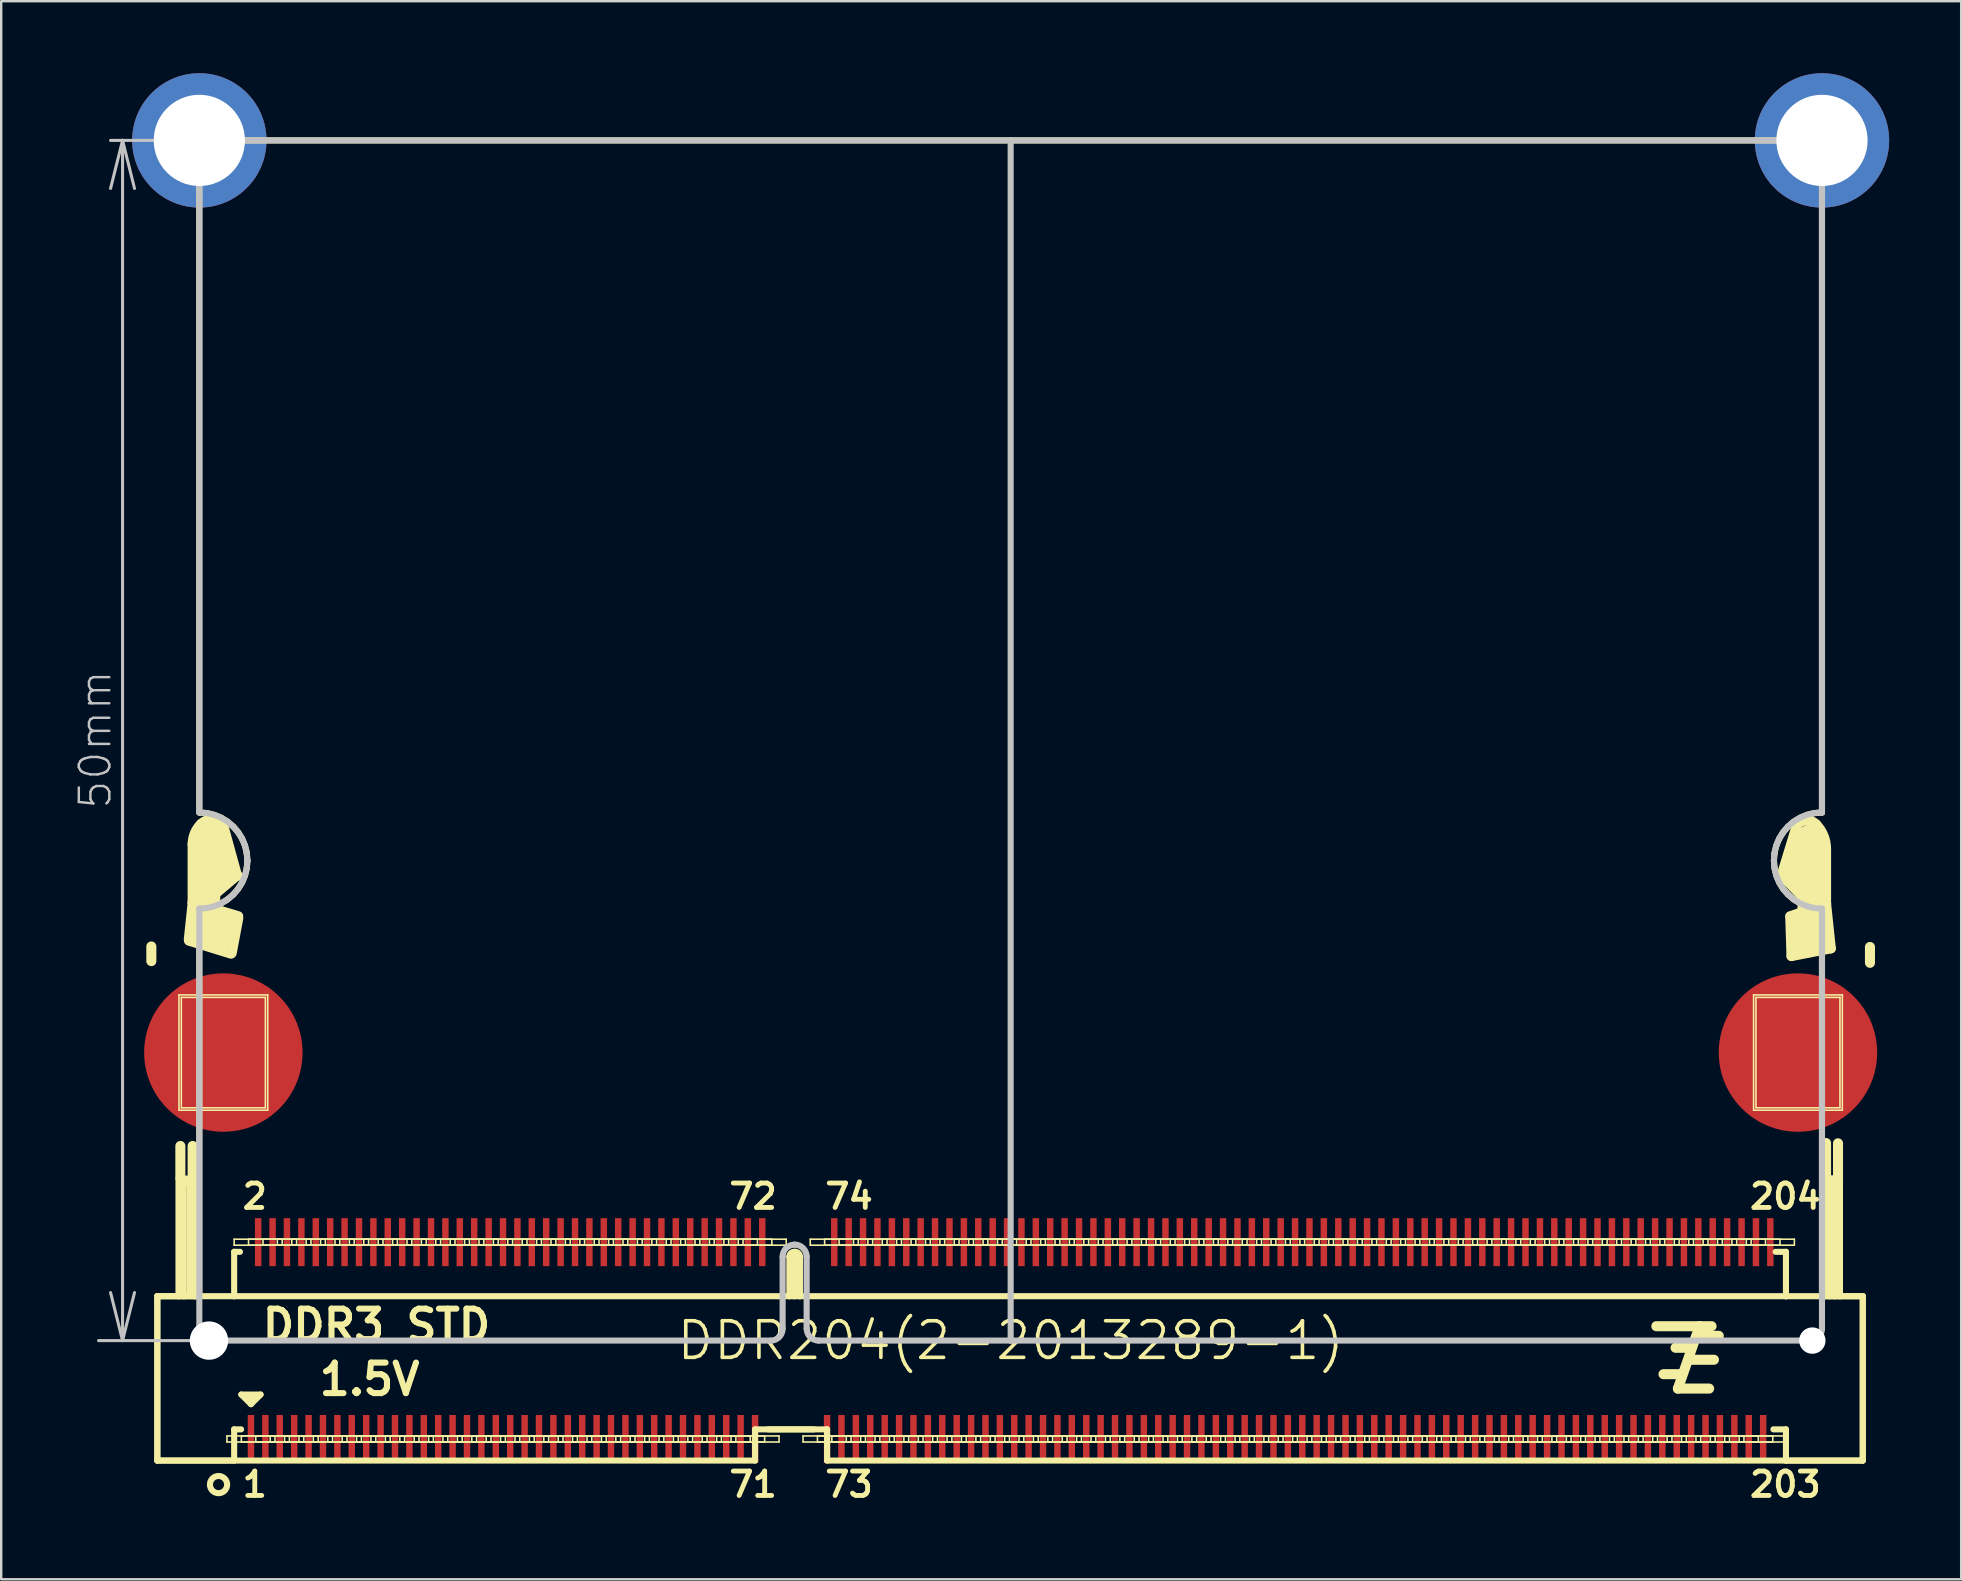
<source format=kicad_pcb>
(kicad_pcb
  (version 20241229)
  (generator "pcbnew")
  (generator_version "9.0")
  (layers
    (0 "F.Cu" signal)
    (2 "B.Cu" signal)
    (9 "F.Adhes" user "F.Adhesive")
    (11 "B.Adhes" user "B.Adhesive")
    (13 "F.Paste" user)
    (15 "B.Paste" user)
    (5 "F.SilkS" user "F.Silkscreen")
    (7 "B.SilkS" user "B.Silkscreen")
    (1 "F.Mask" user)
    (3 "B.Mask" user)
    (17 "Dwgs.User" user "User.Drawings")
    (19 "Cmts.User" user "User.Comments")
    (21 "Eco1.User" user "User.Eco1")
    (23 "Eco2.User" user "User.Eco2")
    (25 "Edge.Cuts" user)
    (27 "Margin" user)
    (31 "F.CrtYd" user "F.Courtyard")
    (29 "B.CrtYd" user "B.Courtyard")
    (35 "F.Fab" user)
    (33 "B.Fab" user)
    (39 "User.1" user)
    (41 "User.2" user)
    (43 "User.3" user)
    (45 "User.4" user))
  (footprint "DDR204(2-2013289-1)"
    (layer "F.Cu")
    (at 39.054 52.799)
    (property "Reference" "DDR204(2-2013289-1)" (at 0 0 0) (layer "F.SilkS") (effects (font (size 1.524 1.524) (thickness 0.15))))
    (attr smd)
    (fp_line (start -35.799 -16.419) (end -35.799 -15.809) (stroke (width 0.419) (type solid)) (layer "F.SilkS"))
    (fp_line (start -35.55 -1.849) (end -34.668 -1.849) (stroke (width 0.254) (type solid)) (layer "F.SilkS"))
    (fp_line (start -35.55 -1.849) (end -33.8 -1.849) (stroke (width 0.254) (type solid)) (layer "F.SilkS"))
    (fp_line (start -35.55 4.999) (end -35.55 -1.849) (stroke (width 0.254) (type solid)) (layer "F.SilkS"))
    (fp_line (start -35.55 4.999) (end -35.55 -1.849) (stroke (width 0.254) (type solid)) (layer "F.SilkS"))
    (fp_line (start -34.668 -6.749) (end -33.998 -6.749) (stroke (width 0.254) (type solid)) (layer "F.SilkS"))
    (fp_line (start -34.668 -1.849) (end -34.668 -6.749) (stroke (width 0.254) (type solid)) (layer "F.SilkS"))
    (fp_line (start -34.668 -1.849) (end -34.447 -1.849) (stroke (width 0.254) (type solid)) (layer "F.SilkS"))
    (fp_line (start -34.648 -14.399) (end -30.95 -14.399) (stroke (width 0.066) (type solid)) (layer "F.SilkS"))
    (fp_line (start -34.648 -9.599) (end -34.648 -14.399) (stroke (width 0.066) (type solid)) (layer "F.SilkS"))
    (fp_line (start -34.648 -9.599) (end -30.95 -9.599) (stroke (width 0.066) (type solid)) (layer "F.SilkS"))
    (fp_line (start -34.59 -6.838) (end -34.59 -8.108) (stroke (width 0.419) (type solid)) (layer "F.SilkS"))
    (fp_line (start -34.549 -14.298) (end -31.049 -14.298) (stroke (width 0.066) (type solid)) (layer "F.SilkS"))
    (fp_line (start -34.549 -9.698) (end -34.549 -14.298) (stroke (width 0.066) (type solid)) (layer "F.SilkS"))
    (fp_line (start -34.549 -9.698) (end -31.049 -9.698) (stroke (width 0.066) (type solid)) (layer "F.SilkS"))
    (fp_line (start -34.447 -6.558) (end -34.199 -6.558) (stroke (width 0.254) (type solid)) (layer "F.SilkS"))
    (fp_line (start -34.447 -1.849) (end -34.447 -6.558) (stroke (width 0.254) (type solid)) (layer "F.SilkS"))
    (fp_line (start -34.447 -1.849) (end -33.998 -1.849) (stroke (width 0.254) (type solid)) (layer "F.SilkS"))
    (fp_line (start -34.239 -16.708) (end -34.069 -18.308) (stroke (width 0.419) (type solid)) (layer "F.SilkS"))
    (fp_line (start -34.229 -16.66) (end -32.479 -16.119) (stroke (width 0.419) (type solid)) (layer "F.SilkS"))
    (fp_line (start -34.199 -6.558) (end -34.199 -1.859) (stroke (width 0.254) (type solid)) (layer "F.SilkS"))
    (fp_line (start -34.079 -18.25) (end -34.079 -20.673) (stroke (width 0.419) (type solid)) (layer "F.SilkS"))
    (fp_line (start -34.079 -6.739) (end -34.079 -8.108) (stroke (width 0.419) (type solid)) (layer "F.SilkS"))
    (fp_line (start -33.998 -6.749) (end -33.998 -1.849) (stroke (width 0.254) (type solid)) (layer "F.SilkS"))
    (fp_line (start -33.998 -1.849) (end -32.349 -1.849) (stroke (width 0.254) (type solid)) (layer "F.SilkS"))
    (fp_line (start -33.8 -50) (end 33.8 -50) (stroke (width 0.254) (type solid)) (layer "F.SilkS"))
    (fp_line (start -33.8 -21.999) (end -33.8 -50) (stroke (width 0.254) (type solid)) (layer "F.SilkS"))
    (fp_line (start -33.8 -17.998) (end -33.485 -18.024) (stroke (width 0.254) (type solid)) (layer "F.SilkS"))
    (fp_line (start -33.8 -1.849) (end -33.8 -17.998) (stroke (width 0.254) (type solid)) (layer "F.SilkS"))
    (fp_line (start -33.658 -17.988) (end -33.688 -17.158) (stroke (width 1.27) (type solid)) (layer "F.SilkS"))
    (fp_line (start -33.589 -18.39) (end -33.589 -20.729) (stroke (width 1.27) (type solid)) (layer "F.SilkS"))
    (fp_line (start -33.485 -21.974) (end -33.8 -21.999) (stroke (width 0.254) (type solid)) (layer "F.SilkS"))
    (fp_line (start -33.485 -18.024) (end -33.18 -18.098) (stroke (width 0.254) (type solid)) (layer "F.SilkS"))
    (fp_line (start -33.18 -21.9) (end -33.485 -21.974) (stroke (width 0.254) (type solid)) (layer "F.SilkS"))
    (fp_line (start -33.18 -18.098) (end -32.89 -18.217) (stroke (width 0.254) (type solid)) (layer "F.SilkS"))
    (fp_line (start -33.139 -18.608) (end -33.139 -17.998) (stroke (width 0.419) (type solid)) (layer "F.SilkS"))
    (fp_line (start -32.929 -17.389) (end -32.929 -16.939) (stroke (width 1.27) (type solid)) (layer "F.SilkS"))
    (fp_line (start -32.898 -19.528) (end -33.32 -21.049) (stroke (width 1.27) (type solid)) (layer "F.SilkS"))
    (fp_line (start -32.89 -21.78) (end -33.18 -21.9) (stroke (width 0.254) (type solid)) (layer "F.SilkS"))
    (fp_line (start -32.89 -18.217) (end -32.624 -18.379) (stroke (width 0.254) (type solid)) (layer "F.SilkS"))
    (fp_line (start -32.83 -21.549) (end -32.228 -19.367) (stroke (width 0.419) (type solid)) (layer "F.SilkS"))
    (fp_line (start -32.649 3.973) (end -30.648 3.973) (stroke (width 0.066) (type solid)) (layer "F.SilkS"))
    (fp_line (start -32.649 4.224) (end -32.649 3.973) (stroke (width 0.066) (type solid)) (layer "F.SilkS"))
    (fp_line (start -32.649 4.224) (end -30.648 4.224) (stroke (width 0.066) (type solid)) (layer "F.SilkS"))
    (fp_line (start -32.624 -21.618) (end -32.89 -21.78) (stroke (width 0.254) (type solid)) (layer "F.SilkS"))
    (fp_line (start -32.624 -18.379) (end -32.385 -18.585) (stroke (width 0.254) (type solid)) (layer "F.SilkS"))
    (fp_line (start -32.449 -16.149) (end -32.179 -17.59) (stroke (width 0.419) (type solid)) (layer "F.SilkS"))
    (fp_line (start -32.385 -21.412) (end -32.624 -21.618) (stroke (width 0.254) (type solid)) (layer "F.SilkS"))
    (fp_line (start -32.385 -18.585) (end -32.182 -18.824) (stroke (width 0.254) (type solid)) (layer "F.SilkS"))
    (fp_line (start -32.349 -4.224) (end -30.348 -4.224) (stroke (width 0.066) (type solid)) (layer "F.SilkS"))
    (fp_line (start -32.349 -3.973) (end -32.349 -4.224) (stroke (width 0.066) (type solid)) (layer "F.SilkS"))
    (fp_line (start -32.349 -3.973) (end -30.348 -3.973) (stroke (width 0.066) (type solid)) (layer "F.SilkS"))
    (fp_line (start -32.349 -3.698) (end -32.108 -3.698) (stroke (width 0.254) (type solid)) (layer "F.SilkS"))
    (fp_line (start -32.349 -1.849) (end -32.349 -3.698) (stroke (width 0.254) (type solid)) (layer "F.SilkS"))
    (fp_line (start -32.349 -1.849) (end -9.218 -1.849) (stroke (width 0.254) (type solid)) (layer "F.SilkS"))
    (fp_line (start -32.349 3.698) (end -32.349 4.999) (stroke (width 0.254) (type solid)) (layer "F.SilkS"))
    (fp_line (start -32.349 3.698) (end -32.06 3.698) (stroke (width 0.254) (type solid)) (layer "F.SilkS"))
    (fp_line (start -32.349 4.999) (end -35.55 4.999) (stroke (width 0.254) (type solid)) (layer "F.SilkS"))
    (fp_line (start -32.22 -19.388) (end -33.139 -18.608) (stroke (width 0.419) (type solid)) (layer "F.SilkS"))
    (fp_line (start -32.182 -21.173) (end -32.385 -21.412) (stroke (width 0.254) (type solid)) (layer "F.SilkS"))
    (fp_line (start -32.182 -18.824) (end -32.017 -19.091) (stroke (width 0.254) (type solid)) (layer "F.SilkS"))
    (fp_line (start -32.179 -17.678) (end -34.079 -18.25) (stroke (width 0.419) (type solid)) (layer "F.SilkS"))
    (fp_line (start -32.05 2.248) (end -31.25 2.248) (stroke (width 0.254) (type solid)) (layer "F.SilkS"))
    (fp_line (start -32.05 3.973) (end -30.048 3.973) (stroke (width 0.066) (type solid)) (layer "F.SilkS"))
    (fp_line (start -32.05 4.224) (end -32.05 3.973) (stroke (width 0.066) (type solid)) (layer "F.SilkS"))
    (fp_line (start -32.05 4.224) (end -30.048 4.224) (stroke (width 0.066) (type solid)) (layer "F.SilkS"))
    (fp_line (start -32.017 -20.907) (end -32.182 -21.173) (stroke (width 0.254) (type solid)) (layer "F.SilkS"))
    (fp_line (start -32.017 -19.091) (end -31.897 -19.38) (stroke (width 0.254) (type solid)) (layer "F.SilkS"))
    (fp_line (start -31.897 -20.617) (end -32.017 -20.907) (stroke (width 0.254) (type solid)) (layer "F.SilkS"))
    (fp_line (start -31.897 -19.38) (end -31.824 -19.685) (stroke (width 0.254) (type solid)) (layer "F.SilkS"))
    (fp_line (start -31.824 -20.312) (end -31.897 -20.617) (stroke (width 0.254) (type solid)) (layer "F.SilkS"))
    (fp_line (start -31.824 -19.685) (end -31.798 -20) (stroke (width 0.254) (type solid)) (layer "F.SilkS"))
    (fp_line (start -31.798 -20) (end -31.824 -20.312) (stroke (width 0.254) (type solid)) (layer "F.SilkS"))
    (fp_line (start -31.75 -4.224) (end -29.748 -4.224) (stroke (width 0.066) (type solid)) (layer "F.SilkS"))
    (fp_line (start -31.75 -3.973) (end -31.75 -4.224) (stroke (width 0.066) (type solid)) (layer "F.SilkS"))
    (fp_line (start -31.75 -3.973) (end -29.748 -3.973) (stroke (width 0.066) (type solid)) (layer "F.SilkS"))
    (fp_line (start -31.75 2.349) (end -31.549 2.349) (stroke (width 0.254) (type solid)) (layer "F.SilkS"))
    (fp_line (start -31.648 2.649) (end -32.05 2.248) (stroke (width 0.254) (type solid)) (layer "F.SilkS"))
    (fp_line (start -31.448 3.973) (end -29.449 3.973) (stroke (width 0.066) (type solid)) (layer "F.SilkS"))
    (fp_line (start -31.448 4.224) (end -31.448 3.973) (stroke (width 0.066) (type solid)) (layer "F.SilkS"))
    (fp_line (start -31.448 4.224) (end -29.449 4.224) (stroke (width 0.066) (type solid)) (layer "F.SilkS"))
    (fp_line (start -31.25 2.248) (end -31.648 2.649) (stroke (width 0.254) (type solid)) (layer "F.SilkS"))
    (fp_line (start -31.148 -4.224) (end -29.149 -4.224) (stroke (width 0.066) (type solid)) (layer "F.SilkS"))
    (fp_line (start -31.148 -3.973) (end -31.148 -4.224) (stroke (width 0.066) (type solid)) (layer "F.SilkS"))
    (fp_line (start -31.148 -3.973) (end -29.149 -3.973) (stroke (width 0.066) (type solid)) (layer "F.SilkS"))
    (fp_line (start -31.049 -9.698) (end -31.049 -14.298) (stroke (width 0.066) (type solid)) (layer "F.SilkS"))
    (fp_line (start -30.95 -9.599) (end -30.95 -14.399) (stroke (width 0.066) (type solid)) (layer "F.SilkS"))
    (fp_line (start -30.848 3.973) (end -28.849 3.973) (stroke (width 0.066) (type solid)) (layer "F.SilkS"))
    (fp_line (start -30.848 4.224) (end -30.848 3.973) (stroke (width 0.066) (type solid)) (layer "F.SilkS"))
    (fp_line (start -30.848 4.224) (end -28.849 4.224) (stroke (width 0.066) (type solid)) (layer "F.SilkS"))
    (fp_line (start -30.648 4.224) (end -30.648 3.973) (stroke (width 0.066) (type solid)) (layer "F.SilkS"))
    (fp_line (start -30.549 -4.224) (end -28.55 -4.224) (stroke (width 0.066) (type solid)) (layer "F.SilkS"))
    (fp_line (start -30.549 -3.973) (end -30.549 -4.224) (stroke (width 0.066) (type solid)) (layer "F.SilkS"))
    (fp_line (start -30.549 -3.973) (end -28.55 -3.973) (stroke (width 0.066) (type solid)) (layer "F.SilkS"))
    (fp_line (start -30.348 -3.973) (end -30.348 -4.224) (stroke (width 0.066) (type solid)) (layer "F.SilkS"))
    (fp_line (start -30.249 3.973) (end -28.25 3.973) (stroke (width 0.066) (type solid)) (layer "F.SilkS"))
    (fp_line (start -30.249 4.224) (end -30.249 3.973) (stroke (width 0.066) (type solid)) (layer "F.SilkS"))
    (fp_line (start -30.249 4.224) (end -28.25 4.224) (stroke (width 0.066) (type solid)) (layer "F.SilkS"))
    (fp_line (start -30.048 4.224) (end -30.048 3.973) (stroke (width 0.066) (type solid)) (layer "F.SilkS"))
    (fp_line (start -29.949 -4.224) (end -27.948 -4.224) (stroke (width 0.066) (type solid)) (layer "F.SilkS"))
    (fp_line (start -29.949 -3.973) (end -29.949 -4.224) (stroke (width 0.066) (type solid)) (layer "F.SilkS"))
    (fp_line (start -29.949 -3.973) (end -27.948 -3.973) (stroke (width 0.066) (type solid)) (layer "F.SilkS"))
    (fp_line (start -29.748 -3.973) (end -29.748 -4.224) (stroke (width 0.066) (type solid)) (layer "F.SilkS"))
    (fp_line (start -29.649 3.973) (end -27.648 3.973) (stroke (width 0.066) (type solid)) (layer "F.SilkS"))
    (fp_line (start -29.649 4.224) (end -29.649 3.973) (stroke (width 0.066) (type solid)) (layer "F.SilkS"))
    (fp_line (start -29.649 4.224) (end -27.648 4.224) (stroke (width 0.066) (type solid)) (layer "F.SilkS"))
    (fp_line (start -29.449 4.224) (end -29.449 3.973) (stroke (width 0.066) (type solid)) (layer "F.SilkS"))
    (fp_line (start -29.35 -4.224) (end -27.348 -4.224) (stroke (width 0.066) (type solid)) (layer "F.SilkS"))
    (fp_line (start -29.35 -3.973) (end -29.35 -4.224) (stroke (width 0.066) (type solid)) (layer "F.SilkS"))
    (fp_line (start -29.35 -3.973) (end -27.348 -3.973) (stroke (width 0.066) (type solid)) (layer "F.SilkS"))
    (fp_line (start -29.149 -3.973) (end -29.149 -4.224) (stroke (width 0.066) (type solid)) (layer "F.SilkS"))
    (fp_line (start -29.05 3.973) (end -27.048 3.973) (stroke (width 0.066) (type solid)) (layer "F.SilkS"))
    (fp_line (start -29.05 4.224) (end -29.05 3.973) (stroke (width 0.066) (type solid)) (layer "F.SilkS"))
    (fp_line (start -29.05 4.224) (end -27.048 4.224) (stroke (width 0.066) (type solid)) (layer "F.SilkS"))
    (fp_line (start -28.849 4.224) (end -28.849 3.973) (stroke (width 0.066) (type solid)) (layer "F.SilkS"))
    (fp_line (start -28.748 -4.224) (end -26.749 -4.224) (stroke (width 0.066) (type solid)) (layer "F.SilkS"))
    (fp_line (start -28.748 -3.973) (end -28.748 -4.224) (stroke (width 0.066) (type solid)) (layer "F.SilkS"))
    (fp_line (start -28.748 -3.973) (end -26.749 -3.973) (stroke (width 0.066) (type solid)) (layer "F.SilkS"))
    (fp_line (start -28.55 -3.973) (end -28.55 -4.224) (stroke (width 0.066) (type solid)) (layer "F.SilkS"))
    (fp_line (start -28.448 3.973) (end -26.449 3.973) (stroke (width 0.066) (type solid)) (layer "F.SilkS"))
    (fp_line (start -28.448 4.224) (end -28.448 3.973) (stroke (width 0.066) (type solid)) (layer "F.SilkS"))
    (fp_line (start -28.448 4.224) (end -26.449 4.224) (stroke (width 0.066) (type solid)) (layer "F.SilkS"))
    (fp_line (start -28.25 4.224) (end -28.25 3.973) (stroke (width 0.066) (type solid)) (layer "F.SilkS"))
    (fp_line (start -28.148 -4.224) (end -26.149 -4.224) (stroke (width 0.066) (type solid)) (layer "F.SilkS"))
    (fp_line (start -28.148 -3.973) (end -28.148 -4.224) (stroke (width 0.066) (type solid)) (layer "F.SilkS"))
    (fp_line (start -28.148 -3.973) (end -26.149 -3.973) (stroke (width 0.066) (type solid)) (layer "F.SilkS"))
    (fp_line (start -27.948 -3.973) (end -27.948 -4.224) (stroke (width 0.066) (type solid)) (layer "F.SilkS"))
    (fp_line (start -27.849 3.973) (end -25.85 3.973) (stroke (width 0.066) (type solid)) (layer "F.SilkS"))
    (fp_line (start -27.849 4.224) (end -27.849 3.973) (stroke (width 0.066) (type solid)) (layer "F.SilkS"))
    (fp_line (start -27.849 4.224) (end -25.85 4.224) (stroke (width 0.066) (type solid)) (layer "F.SilkS"))
    (fp_line (start -27.648 4.224) (end -27.648 3.973) (stroke (width 0.066) (type solid)) (layer "F.SilkS"))
    (fp_line (start -27.549 -4.224) (end -25.55 -4.224) (stroke (width 0.066) (type solid)) (layer "F.SilkS"))
    (fp_line (start -27.549 -3.973) (end -27.549 -4.224) (stroke (width 0.066) (type solid)) (layer "F.SilkS"))
    (fp_line (start -27.549 -3.973) (end -25.55 -3.973) (stroke (width 0.066) (type solid)) (layer "F.SilkS"))
    (fp_line (start -27.348 -3.973) (end -27.348 -4.224) (stroke (width 0.066) (type solid)) (layer "F.SilkS"))
    (fp_line (start -27.249 3.973) (end -25.248 3.973) (stroke (width 0.066) (type solid)) (layer "F.SilkS"))
    (fp_line (start -27.249 4.224) (end -27.249 3.973) (stroke (width 0.066) (type solid)) (layer "F.SilkS"))
    (fp_line (start -27.249 4.224) (end -25.248 4.224) (stroke (width 0.066) (type solid)) (layer "F.SilkS"))
    (fp_line (start -27.048 4.224) (end -27.048 3.973) (stroke (width 0.066) (type solid)) (layer "F.SilkS"))
    (fp_line (start -26.949 -4.224) (end -24.948 -4.224) (stroke (width 0.066) (type solid)) (layer "F.SilkS"))
    (fp_line (start -26.949 -3.973) (end -26.949 -4.224) (stroke (width 0.066) (type solid)) (layer "F.SilkS"))
    (fp_line (start -26.949 -3.973) (end -24.948 -3.973) (stroke (width 0.066) (type solid)) (layer "F.SilkS"))
    (fp_line (start -26.749 -3.973) (end -26.749 -4.224) (stroke (width 0.066) (type solid)) (layer "F.SilkS"))
    (fp_line (start -26.65 3.973) (end -24.648 3.973) (stroke (width 0.066) (type solid)) (layer "F.SilkS"))
    (fp_line (start -26.65 4.224) (end -26.65 3.973) (stroke (width 0.066) (type solid)) (layer "F.SilkS"))
    (fp_line (start -26.65 4.224) (end -24.648 4.224) (stroke (width 0.066) (type solid)) (layer "F.SilkS"))
    (fp_line (start -26.449 4.224) (end -26.449 3.973) (stroke (width 0.066) (type solid)) (layer "F.SilkS"))
    (fp_line (start -26.35 -4.224) (end -24.348 -4.224) (stroke (width 0.066) (type solid)) (layer "F.SilkS"))
    (fp_line (start -26.35 -3.973) (end -26.35 -4.224) (stroke (width 0.066) (type solid)) (layer "F.SilkS"))
    (fp_line (start -26.35 -3.973) (end -24.348 -3.973) (stroke (width 0.066) (type solid)) (layer "F.SilkS"))
    (fp_line (start -26.149 -3.973) (end -26.149 -4.224) (stroke (width 0.066) (type solid)) (layer "F.SilkS"))
    (fp_line (start -26.048 3.973) (end -24.049 3.973) (stroke (width 0.066) (type solid)) (layer "F.SilkS"))
    (fp_line (start -26.048 4.224) (end -26.048 3.973) (stroke (width 0.066) (type solid)) (layer "F.SilkS"))
    (fp_line (start -26.048 4.224) (end -24.049 4.224) (stroke (width 0.066) (type solid)) (layer "F.SilkS"))
    (fp_line (start -25.85 4.224) (end -25.85 3.973) (stroke (width 0.066) (type solid)) (layer "F.SilkS"))
    (fp_line (start -25.748 -4.224) (end -23.749 -4.224) (stroke (width 0.066) (type solid)) (layer "F.SilkS"))
    (fp_line (start -25.748 -3.973) (end -25.748 -4.224) (stroke (width 0.066) (type solid)) (layer "F.SilkS"))
    (fp_line (start -25.748 -3.973) (end -23.749 -3.973) (stroke (width 0.066) (type solid)) (layer "F.SilkS"))
    (fp_line (start -25.55 -3.973) (end -25.55 -4.224) (stroke (width 0.066) (type solid)) (layer "F.SilkS"))
    (fp_line (start -25.448 3.973) (end -23.449 3.973) (stroke (width 0.066) (type solid)) (layer "F.SilkS"))
    (fp_line (start -25.448 4.224) (end -25.448 3.973) (stroke (width 0.066) (type solid)) (layer "F.SilkS"))
    (fp_line (start -25.448 4.224) (end -23.449 4.224) (stroke (width 0.066) (type solid)) (layer "F.SilkS"))
    (fp_line (start -25.248 4.224) (end -25.248 3.973) (stroke (width 0.066) (type solid)) (layer "F.SilkS"))
    (fp_line (start -25.149 -4.224) (end -23.15 -4.224) (stroke (width 0.066) (type solid)) (layer "F.SilkS"))
    (fp_line (start -25.149 -3.973) (end -25.149 -4.224) (stroke (width 0.066) (type solid)) (layer "F.SilkS"))
    (fp_line (start -25.149 -3.973) (end -23.15 -3.973) (stroke (width 0.066) (type solid)) (layer "F.SilkS"))
    (fp_line (start -24.948 -3.973) (end -24.948 -4.224) (stroke (width 0.066) (type solid)) (layer "F.SilkS"))
    (fp_line (start -24.849 3.973) (end -22.85 3.973) (stroke (width 0.066) (type solid)) (layer "F.SilkS"))
    (fp_line (start -24.849 4.224) (end -24.849 3.973) (stroke (width 0.066) (type solid)) (layer "F.SilkS"))
    (fp_line (start -24.849 4.224) (end -22.85 4.224) (stroke (width 0.066) (type solid)) (layer "F.SilkS"))
    (fp_line (start -24.648 4.224) (end -24.648 3.973) (stroke (width 0.066) (type solid)) (layer "F.SilkS"))
    (fp_line (start -24.549 -4.224) (end -22.548 -4.224) (stroke (width 0.066) (type solid)) (layer "F.SilkS"))
    (fp_line (start -24.549 -3.973) (end -24.549 -4.224) (stroke (width 0.066) (type solid)) (layer "F.SilkS"))
    (fp_line (start -24.549 -3.973) (end -22.548 -3.973) (stroke (width 0.066) (type solid)) (layer "F.SilkS"))
    (fp_line (start -24.348 -3.973) (end -24.348 -4.224) (stroke (width 0.066) (type solid)) (layer "F.SilkS"))
    (fp_line (start -24.249 3.973) (end -22.248 3.973) (stroke (width 0.066) (type solid)) (layer "F.SilkS"))
    (fp_line (start -24.249 4.224) (end -24.249 3.973) (stroke (width 0.066) (type solid)) (layer "F.SilkS"))
    (fp_line (start -24.249 4.224) (end -22.248 4.224) (stroke (width 0.066) (type solid)) (layer "F.SilkS"))
    (fp_line (start -24.049 4.224) (end -24.049 3.973) (stroke (width 0.066) (type solid)) (layer "F.SilkS"))
    (fp_line (start -23.95 -4.224) (end -21.948 -4.224) (stroke (width 0.066) (type solid)) (layer "F.SilkS"))
    (fp_line (start -23.95 -3.973) (end -23.95 -4.224) (stroke (width 0.066) (type solid)) (layer "F.SilkS"))
    (fp_line (start -23.95 -3.973) (end -21.948 -3.973) (stroke (width 0.066) (type solid)) (layer "F.SilkS"))
    (fp_line (start -23.749 -3.973) (end -23.749 -4.224) (stroke (width 0.066) (type solid)) (layer "F.SilkS"))
    (fp_line (start -23.65 3.973) (end -21.648 3.973) (stroke (width 0.066) (type solid)) (layer "F.SilkS"))
    (fp_line (start -23.65 4.224) (end -23.65 3.973) (stroke (width 0.066) (type solid)) (layer "F.SilkS"))
    (fp_line (start -23.65 4.224) (end -21.648 4.224) (stroke (width 0.066) (type solid)) (layer "F.SilkS"))
    (fp_line (start -23.449 4.224) (end -23.449 3.973) (stroke (width 0.066) (type solid)) (layer "F.SilkS"))
    (fp_line (start -23.348 -4.224) (end -21.349 -4.224) (stroke (width 0.066) (type solid)) (layer "F.SilkS"))
    (fp_line (start -23.348 -3.973) (end -23.348 -4.224) (stroke (width 0.066) (type solid)) (layer "F.SilkS"))
    (fp_line (start -23.348 -3.973) (end -21.349 -3.973) (stroke (width 0.066) (type solid)) (layer "F.SilkS"))
    (fp_line (start -23.15 -3.973) (end -23.15 -4.224) (stroke (width 0.066) (type solid)) (layer "F.SilkS"))
    (fp_line (start -23.048 3.973) (end -21.049 3.973) (stroke (width 0.066) (type solid)) (layer "F.SilkS"))
    (fp_line (start -23.048 4.224) (end -23.048 3.973) (stroke (width 0.066) (type solid)) (layer "F.SilkS"))
    (fp_line (start -23.048 4.224) (end -21.049 4.224) (stroke (width 0.066) (type solid)) (layer "F.SilkS"))
    (fp_line (start -22.85 4.224) (end -22.85 3.973) (stroke (width 0.066) (type solid)) (layer "F.SilkS"))
    (fp_line (start -22.748 -4.224) (end -20.749 -4.224) (stroke (width 0.066) (type solid)) (layer "F.SilkS"))
    (fp_line (start -22.748 -3.973) (end -22.748 -4.224) (stroke (width 0.066) (type solid)) (layer "F.SilkS"))
    (fp_line (start -22.748 -3.973) (end -20.749 -3.973) (stroke (width 0.066) (type solid)) (layer "F.SilkS"))
    (fp_line (start -22.548 -3.973) (end -22.548 -4.224) (stroke (width 0.066) (type solid)) (layer "F.SilkS"))
    (fp_line (start -22.449 3.973) (end -20.45 3.973) (stroke (width 0.066) (type solid)) (layer "F.SilkS"))
    (fp_line (start -22.449 4.224) (end -22.449 3.973) (stroke (width 0.066) (type solid)) (layer "F.SilkS"))
    (fp_line (start -22.449 4.224) (end -20.45 4.224) (stroke (width 0.066) (type solid)) (layer "F.SilkS"))
    (fp_line (start -22.248 4.224) (end -22.248 3.973) (stroke (width 0.066) (type solid)) (layer "F.SilkS"))
    (fp_line (start -22.149 -4.224) (end -20.15 -4.224) (stroke (width 0.066) (type solid)) (layer "F.SilkS"))
    (fp_line (start -22.149 -3.973) (end -22.149 -4.224) (stroke (width 0.066) (type solid)) (layer "F.SilkS"))
    (fp_line (start -22.149 -3.973) (end -20.15 -3.973) (stroke (width 0.066) (type solid)) (layer "F.SilkS"))
    (fp_line (start -21.948 -3.973) (end -21.948 -4.224) (stroke (width 0.066) (type solid)) (layer "F.SilkS"))
    (fp_line (start -21.849 3.973) (end -19.848 3.973) (stroke (width 0.066) (type solid)) (layer "F.SilkS"))
    (fp_line (start -21.849 4.224) (end -21.849 3.973) (stroke (width 0.066) (type solid)) (layer "F.SilkS"))
    (fp_line (start -21.849 4.224) (end -19.848 4.224) (stroke (width 0.066) (type solid)) (layer "F.SilkS"))
    (fp_line (start -21.648 4.224) (end -21.648 3.973) (stroke (width 0.066) (type solid)) (layer "F.SilkS"))
    (fp_line (start -21.549 -4.224) (end -19.548 -4.224) (stroke (width 0.066) (type solid)) (layer "F.SilkS"))
    (fp_line (start -21.549 -3.973) (end -21.549 -4.224) (stroke (width 0.066) (type solid)) (layer "F.SilkS"))
    (fp_line (start -21.549 -3.973) (end -19.548 -3.973) (stroke (width 0.066) (type solid)) (layer "F.SilkS"))
    (fp_line (start -21.349 -3.973) (end -21.349 -4.224) (stroke (width 0.066) (type solid)) (layer "F.SilkS"))
    (fp_line (start -21.25 3.973) (end -19.248 3.973) (stroke (width 0.066) (type solid)) (layer "F.SilkS"))
    (fp_line (start -21.25 4.224) (end -21.25 3.973) (stroke (width 0.066) (type solid)) (layer "F.SilkS"))
    (fp_line (start -21.25 4.224) (end -19.248 4.224) (stroke (width 0.066) (type solid)) (layer "F.SilkS"))
    (fp_line (start -21.049 4.224) (end -21.049 3.973) (stroke (width 0.066) (type solid)) (layer "F.SilkS"))
    (fp_line (start -20.95 -4.224) (end -18.948 -4.224) (stroke (width 0.066) (type solid)) (layer "F.SilkS"))
    (fp_line (start -20.95 -3.973) (end -20.95 -4.224) (stroke (width 0.066) (type solid)) (layer "F.SilkS"))
    (fp_line (start -20.95 -3.973) (end -18.948 -3.973) (stroke (width 0.066) (type solid)) (layer "F.SilkS"))
    (fp_line (start -20.749 -3.973) (end -20.749 -4.224) (stroke (width 0.066) (type solid)) (layer "F.SilkS"))
    (fp_line (start -20.648 3.973) (end -18.649 3.973) (stroke (width 0.066) (type solid)) (layer "F.SilkS"))
    (fp_line (start -20.648 4.224) (end -20.648 3.973) (stroke (width 0.066) (type solid)) (layer "F.SilkS"))
    (fp_line (start -20.648 4.224) (end -18.649 4.224) (stroke (width 0.066) (type solid)) (layer "F.SilkS"))
    (fp_line (start -20.45 4.224) (end -20.45 3.973) (stroke (width 0.066) (type solid)) (layer "F.SilkS"))
    (fp_line (start -20.348 -4.224) (end -18.349 -4.224) (stroke (width 0.066) (type solid)) (layer "F.SilkS"))
    (fp_line (start -20.348 -3.973) (end -20.348 -4.224) (stroke (width 0.066) (type solid)) (layer "F.SilkS"))
    (fp_line (start -20.348 -3.973) (end -18.349 -3.973) (stroke (width 0.066) (type solid)) (layer "F.SilkS"))
    (fp_line (start -20.15 -3.973) (end -20.15 -4.224) (stroke (width 0.066) (type solid)) (layer "F.SilkS"))
    (fp_line (start -20.048 3.973) (end -18.049 3.973) (stroke (width 0.066) (type solid)) (layer "F.SilkS"))
    (fp_line (start -20.048 4.224) (end -20.048 3.973) (stroke (width 0.066) (type solid)) (layer "F.SilkS"))
    (fp_line (start -20.048 4.224) (end -18.049 4.224) (stroke (width 0.066) (type solid)) (layer "F.SilkS"))
    (fp_line (start -19.848 4.224) (end -19.848 3.973) (stroke (width 0.066) (type solid)) (layer "F.SilkS"))
    (fp_line (start -19.748 -4.224) (end -17.75 -4.224) (stroke (width 0.066) (type solid)) (layer "F.SilkS"))
    (fp_line (start -19.748 -3.973) (end -19.748 -4.224) (stroke (width 0.066) (type solid)) (layer "F.SilkS"))
    (fp_line (start -19.748 -3.973) (end -17.75 -3.973) (stroke (width 0.066) (type solid)) (layer "F.SilkS"))
    (fp_line (start -19.548 -3.973) (end -19.548 -4.224) (stroke (width 0.066) (type solid)) (layer "F.SilkS"))
    (fp_line (start -19.449 3.973) (end -17.45 3.973) (stroke (width 0.066) (type solid)) (layer "F.SilkS"))
    (fp_line (start -19.449 4.224) (end -19.449 3.973) (stroke (width 0.066) (type solid)) (layer "F.SilkS"))
    (fp_line (start -19.449 4.224) (end -17.45 4.224) (stroke (width 0.066) (type solid)) (layer "F.SilkS"))
    (fp_line (start -19.248 4.224) (end -19.248 3.973) (stroke (width 0.066) (type solid)) (layer "F.SilkS"))
    (fp_line (start -19.149 -4.224) (end -17.148 -4.224) (stroke (width 0.066) (type solid)) (layer "F.SilkS"))
    (fp_line (start -19.149 -3.973) (end -19.149 -4.224) (stroke (width 0.066) (type solid)) (layer "F.SilkS"))
    (fp_line (start -19.149 -3.973) (end -17.148 -3.973) (stroke (width 0.066) (type solid)) (layer "F.SilkS"))
    (fp_line (start -18.948 -3.973) (end -18.948 -4.224) (stroke (width 0.066) (type solid)) (layer "F.SilkS"))
    (fp_line (start -18.849 3.973) (end -16.848 3.973) (stroke (width 0.066) (type solid)) (layer "F.SilkS"))
    (fp_line (start -18.849 4.224) (end -18.849 3.973) (stroke (width 0.066) (type solid)) (layer "F.SilkS"))
    (fp_line (start -18.849 4.224) (end -16.848 4.224) (stroke (width 0.066) (type solid)) (layer "F.SilkS"))
    (fp_line (start -18.649 4.224) (end -18.649 3.973) (stroke (width 0.066) (type solid)) (layer "F.SilkS"))
    (fp_line (start -18.55 -4.224) (end -16.548 -4.224) (stroke (width 0.066) (type solid)) (layer "F.SilkS"))
    (fp_line (start -18.55 -3.973) (end -18.55 -4.224) (stroke (width 0.066) (type solid)) (layer "F.SilkS"))
    (fp_line (start -18.55 -3.973) (end -16.548 -3.973) (stroke (width 0.066) (type solid)) (layer "F.SilkS"))
    (fp_line (start -18.349 -3.973) (end -18.349 -4.224) (stroke (width 0.066) (type solid)) (layer "F.SilkS"))
    (fp_line (start -18.25 3.973) (end -16.248 3.973) (stroke (width 0.066) (type solid)) (layer "F.SilkS"))
    (fp_line (start -18.25 4.224) (end -18.25 3.973) (stroke (width 0.066) (type solid)) (layer "F.SilkS"))
    (fp_line (start -18.25 4.224) (end -16.248 4.224) (stroke (width 0.066) (type solid)) (layer "F.SilkS"))
    (fp_line (start -18.049 4.224) (end -18.049 3.973) (stroke (width 0.066) (type solid)) (layer "F.SilkS"))
    (fp_line (start -17.948 -4.224) (end -15.949 -4.224) (stroke (width 0.066) (type solid)) (layer "F.SilkS"))
    (fp_line (start -17.948 -3.973) (end -17.948 -4.224) (stroke (width 0.066) (type solid)) (layer "F.SilkS"))
    (fp_line (start -17.948 -3.973) (end -15.949 -3.973) (stroke (width 0.066) (type solid)) (layer "F.SilkS"))
    (fp_line (start -17.75 -3.973) (end -17.75 -4.224) (stroke (width 0.066) (type solid)) (layer "F.SilkS"))
    (fp_line (start -17.648 3.973) (end -15.649 3.973) (stroke (width 0.066) (type solid)) (layer "F.SilkS"))
    (fp_line (start -17.648 4.224) (end -17.648 3.973) (stroke (width 0.066) (type solid)) (layer "F.SilkS"))
    (fp_line (start -17.648 4.224) (end -15.649 4.224) (stroke (width 0.066) (type solid)) (layer "F.SilkS"))
    (fp_line (start -17.45 4.224) (end -17.45 3.973) (stroke (width 0.066) (type solid)) (layer "F.SilkS"))
    (fp_line (start -17.348 -4.224) (end -15.349 -4.224) (stroke (width 0.066) (type solid)) (layer "F.SilkS"))
    (fp_line (start -17.348 -3.973) (end -17.348 -4.224) (stroke (width 0.066) (type solid)) (layer "F.SilkS"))
    (fp_line (start -17.348 -3.973) (end -15.349 -3.973) (stroke (width 0.066) (type solid)) (layer "F.SilkS"))
    (fp_line (start -17.148 -3.973) (end -17.148 -4.224) (stroke (width 0.066) (type solid)) (layer "F.SilkS"))
    (fp_line (start -17.048 3.973) (end -15.05 3.973) (stroke (width 0.066) (type solid)) (layer "F.SilkS"))
    (fp_line (start -17.048 4.224) (end -17.048 3.973) (stroke (width 0.066) (type solid)) (layer "F.SilkS"))
    (fp_line (start -17.048 4.224) (end -15.05 4.224) (stroke (width 0.066) (type solid)) (layer "F.SilkS"))
    (fp_line (start -16.848 4.224) (end -16.848 3.973) (stroke (width 0.066) (type solid)) (layer "F.SilkS"))
    (fp_line (start -16.749 -4.224) (end -14.75 -4.224) (stroke (width 0.066) (type solid)) (layer "F.SilkS"))
    (fp_line (start -16.749 -3.973) (end -16.749 -4.224) (stroke (width 0.066) (type solid)) (layer "F.SilkS"))
    (fp_line (start -16.749 -3.973) (end -14.75 -3.973) (stroke (width 0.066) (type solid)) (layer "F.SilkS"))
    (fp_line (start -16.548 -3.973) (end -16.548 -4.224) (stroke (width 0.066) (type solid)) (layer "F.SilkS"))
    (fp_line (start -16.449 3.973) (end -14.448 3.973) (stroke (width 0.066) (type solid)) (layer "F.SilkS"))
    (fp_line (start -16.449 4.224) (end -16.449 3.973) (stroke (width 0.066) (type solid)) (layer "F.SilkS"))
    (fp_line (start -16.449 4.224) (end -14.448 4.224) (stroke (width 0.066) (type solid)) (layer "F.SilkS"))
    (fp_line (start -16.248 4.224) (end -16.248 3.973) (stroke (width 0.066) (type solid)) (layer "F.SilkS"))
    (fp_line (start -16.149 -4.224) (end -14.148 -4.224) (stroke (width 0.066) (type solid)) (layer "F.SilkS"))
    (fp_line (start -16.149 -3.973) (end -16.149 -4.224) (stroke (width 0.066) (type solid)) (layer "F.SilkS"))
    (fp_line (start -16.149 -3.973) (end -14.148 -3.973) (stroke (width 0.066) (type solid)) (layer "F.SilkS"))
    (fp_line (start -15.949 -3.973) (end -15.949 -4.224) (stroke (width 0.066) (type solid)) (layer "F.SilkS"))
    (fp_line (start -15.85 3.973) (end -13.848 3.973) (stroke (width 0.066) (type solid)) (layer "F.SilkS"))
    (fp_line (start -15.85 4.224) (end -15.85 3.973) (stroke (width 0.066) (type solid)) (layer "F.SilkS"))
    (fp_line (start -15.85 4.224) (end -13.848 4.224) (stroke (width 0.066) (type solid)) (layer "F.SilkS"))
    (fp_line (start -15.649 4.224) (end -15.649 3.973) (stroke (width 0.066) (type solid)) (layer "F.SilkS"))
    (fp_line (start -15.55 -4.224) (end -13.548 -4.224) (stroke (width 0.066) (type solid)) (layer "F.SilkS"))
    (fp_line (start -15.55 -3.973) (end -15.55 -4.224) (stroke (width 0.066) (type solid)) (layer "F.SilkS"))
    (fp_line (start -15.55 -3.973) (end -13.548 -3.973) (stroke (width 0.066) (type solid)) (layer "F.SilkS"))
    (fp_line (start -15.349 -3.973) (end -15.349 -4.224) (stroke (width 0.066) (type solid)) (layer "F.SilkS"))
    (fp_line (start -15.248 3.973) (end -13.249 3.973) (stroke (width 0.066) (type solid)) (layer "F.SilkS"))
    (fp_line (start -15.248 4.224) (end -15.248 3.973) (stroke (width 0.066) (type solid)) (layer "F.SilkS"))
    (fp_line (start -15.248 4.224) (end -13.249 4.224) (stroke (width 0.066) (type solid)) (layer "F.SilkS"))
    (fp_line (start -15.05 4.224) (end -15.05 3.973) (stroke (width 0.066) (type solid)) (layer "F.SilkS"))
    (fp_line (start -14.948 -4.224) (end -12.949 -4.224) (stroke (width 0.066) (type solid)) (layer "F.SilkS"))
    (fp_line (start -14.948 -3.973) (end -14.948 -4.224) (stroke (width 0.066) (type solid)) (layer "F.SilkS"))
    (fp_line (start -14.948 -3.973) (end -12.949 -3.973) (stroke (width 0.066) (type solid)) (layer "F.SilkS"))
    (fp_line (start -14.75 -3.973) (end -14.75 -4.224) (stroke (width 0.066) (type solid)) (layer "F.SilkS"))
    (fp_line (start -14.648 3.973) (end -12.649 3.973) (stroke (width 0.066) (type solid)) (layer "F.SilkS"))
    (fp_line (start -14.648 4.224) (end -14.648 3.973) (stroke (width 0.066) (type solid)) (layer "F.SilkS"))
    (fp_line (start -14.648 4.224) (end -12.649 4.224) (stroke (width 0.066) (type solid)) (layer "F.SilkS"))
    (fp_line (start -14.448 4.224) (end -14.448 3.973) (stroke (width 0.066) (type solid)) (layer "F.SilkS"))
    (fp_line (start -14.348 -4.224) (end -12.349 -4.224) (stroke (width 0.066) (type solid)) (layer "F.SilkS"))
    (fp_line (start -14.348 -3.973) (end -14.348 -4.224) (stroke (width 0.066) (type solid)) (layer "F.SilkS"))
    (fp_line (start -14.348 -3.973) (end -12.349 -3.973) (stroke (width 0.066) (type solid)) (layer "F.SilkS"))
    (fp_line (start -14.148 -3.973) (end -14.148 -4.224) (stroke (width 0.066) (type solid)) (layer "F.SilkS"))
    (fp_line (start -14.049 3.973) (end -12.05 3.973) (stroke (width 0.066) (type solid)) (layer "F.SilkS"))
    (fp_line (start -14.049 4.224) (end -14.049 3.973) (stroke (width 0.066) (type solid)) (layer "F.SilkS"))
    (fp_line (start -14.049 4.224) (end -12.05 4.224) (stroke (width 0.066) (type solid)) (layer "F.SilkS"))
    (fp_line (start -13.848 4.224) (end -13.848 3.973) (stroke (width 0.066) (type solid)) (layer "F.SilkS"))
    (fp_line (start -13.749 -4.224) (end -11.748 -4.224) (stroke (width 0.066) (type solid)) (layer "F.SilkS"))
    (fp_line (start -13.749 -3.973) (end -13.749 -4.224) (stroke (width 0.066) (type solid)) (layer "F.SilkS"))
    (fp_line (start -13.749 -3.973) (end -11.748 -3.973) (stroke (width 0.066) (type solid)) (layer "F.SilkS"))
    (fp_line (start -13.548 -3.973) (end -13.548 -4.224) (stroke (width 0.066) (type solid)) (layer "F.SilkS"))
    (fp_line (start -13.449 3.973) (end -11.448 3.973) (stroke (width 0.066) (type solid)) (layer "F.SilkS"))
    (fp_line (start -13.449 4.224) (end -13.449 3.973) (stroke (width 0.066) (type solid)) (layer "F.SilkS"))
    (fp_line (start -13.449 4.224) (end -11.448 4.224) (stroke (width 0.066) (type solid)) (layer "F.SilkS"))
    (fp_line (start -13.249 4.224) (end -13.249 3.973) (stroke (width 0.066) (type solid)) (layer "F.SilkS"))
    (fp_line (start -13.15 -4.224) (end -11.148 -4.224) (stroke (width 0.066) (type solid)) (layer "F.SilkS"))
    (fp_line (start -13.15 -3.973) (end -13.15 -4.224) (stroke (width 0.066) (type solid)) (layer "F.SilkS"))
    (fp_line (start -13.15 -3.973) (end -11.148 -3.973) (stroke (width 0.066) (type solid)) (layer "F.SilkS"))
    (fp_line (start -12.949 -3.973) (end -12.949 -4.224) (stroke (width 0.066) (type solid)) (layer "F.SilkS"))
    (fp_line (start -12.85 3.973) (end -10.848 3.973) (stroke (width 0.066) (type solid)) (layer "F.SilkS"))
    (fp_line (start -12.85 4.224) (end -12.85 3.973) (stroke (width 0.066) (type solid)) (layer "F.SilkS"))
    (fp_line (start -12.85 4.224) (end -10.848 4.224) (stroke (width 0.066) (type solid)) (layer "F.SilkS"))
    (fp_line (start -12.649 4.224) (end -12.649 3.973) (stroke (width 0.066) (type solid)) (layer "F.SilkS"))
    (fp_line (start -12.548 -4.224) (end -10.549 -4.224) (stroke (width 0.066) (type solid)) (layer "F.SilkS"))
    (fp_line (start -12.548 -3.973) (end -12.548 -4.224) (stroke (width 0.066) (type solid)) (layer "F.SilkS"))
    (fp_line (start -12.548 -3.973) (end -10.549 -3.973) (stroke (width 0.066) (type solid)) (layer "F.SilkS"))
    (fp_line (start -12.349 -3.973) (end -12.349 -4.224) (stroke (width 0.066) (type solid)) (layer "F.SilkS"))
    (fp_line (start -12.248 3.973) (end -10.249 3.973) (stroke (width 0.066) (type solid)) (layer "F.SilkS"))
    (fp_line (start -12.248 4.224) (end -12.248 3.973) (stroke (width 0.066) (type solid)) (layer "F.SilkS"))
    (fp_line (start -12.248 4.224) (end -10.249 4.224) (stroke (width 0.066) (type solid)) (layer "F.SilkS"))
    (fp_line (start -12.05 4.224) (end -12.05 3.973) (stroke (width 0.066) (type solid)) (layer "F.SilkS"))
    (fp_line (start -11.948 -4.224) (end -9.949 -4.224) (stroke (width 0.066) (type solid)) (layer "F.SilkS"))
    (fp_line (start -11.948 -3.973) (end -11.948 -4.224) (stroke (width 0.066) (type solid)) (layer "F.SilkS"))
    (fp_line (start -11.948 -3.973) (end -9.949 -3.973) (stroke (width 0.066) (type solid)) (layer "F.SilkS"))
    (fp_line (start -11.748 -3.973) (end -11.748 -4.224) (stroke (width 0.066) (type solid)) (layer "F.SilkS"))
    (fp_line (start -11.648 3.973) (end -9.649 3.973) (stroke (width 0.066) (type solid)) (layer "F.SilkS"))
    (fp_line (start -11.648 4.224) (end -11.648 3.973) (stroke (width 0.066) (type solid)) (layer "F.SilkS"))
    (fp_line (start -11.648 4.224) (end -9.649 4.224) (stroke (width 0.066) (type solid)) (layer "F.SilkS"))
    (fp_line (start -11.448 4.224) (end -11.448 3.973) (stroke (width 0.066) (type solid)) (layer "F.SilkS"))
    (fp_line (start -11.349 -4.224) (end -9.35 -4.224) (stroke (width 0.066) (type solid)) (layer "F.SilkS"))
    (fp_line (start -11.349 -3.973) (end -11.349 -4.224) (stroke (width 0.066) (type solid)) (layer "F.SilkS"))
    (fp_line (start -11.349 -3.973) (end -9.35 -3.973) (stroke (width 0.066) (type solid)) (layer "F.SilkS"))
    (fp_line (start -11.148 -3.973) (end -11.148 -4.224) (stroke (width 0.066) (type solid)) (layer "F.SilkS"))
    (fp_line (start -10.848 4.224) (end -10.848 3.973) (stroke (width 0.066) (type solid)) (layer "F.SilkS"))
    (fp_line (start -10.648 3.698) (end -10.648 4.999) (stroke (width 0.254) (type solid)) (layer "F.SilkS"))
    (fp_line (start -10.648 4.999) (end -35.55 4.999) (stroke (width 0.254) (type solid)) (layer "F.SilkS"))
    (fp_line (start -10.549 -3.973) (end -10.549 -4.224) (stroke (width 0.066) (type solid)) (layer "F.SilkS"))
    (fp_line (start -10.249 4.224) (end -10.249 3.973) (stroke (width 0.066) (type solid)) (layer "F.SilkS"))
    (fp_line (start -10.099 3.698) (end -8.199 3.698) (stroke (width 0.254) (type solid)) (layer "F.SilkS"))
    (fp_line (start -9.949 -3.973) (end -9.949 -4.224) (stroke (width 0.066) (type solid)) (layer "F.SilkS"))
    (fp_line (start -9.649 4.224) (end -9.649 3.973) (stroke (width 0.066) (type solid)) (layer "F.SilkS"))
    (fp_line (start -9.35 -3.973) (end -9.35 -4.224) (stroke (width 0.066) (type solid)) (layer "F.SilkS"))
    (fp_line (start -9.218 -1.849) (end -9.218 -3.498) (stroke (width 0.254) (type solid)) (layer "F.SilkS"))
    (fp_line (start -9.218 -1.849) (end -9.02 -1.849) (stroke (width 0.254) (type solid)) (layer "F.SilkS"))
    (fp_line (start -9.02 -3.698) (end -8.979 -3.698) (stroke (width 0.254) (type solid)) (layer "F.SilkS"))
    (fp_line (start -9.02 -1.849) (end -9.02 -3.599) (stroke (width 0.254) (type solid)) (layer "F.SilkS"))
    (fp_line (start -9.02 -1.849) (end -8.778 -1.849) (stroke (width 0.254) (type solid)) (layer "F.SilkS"))
    (fp_line (start -8.778 -3.498) (end -8.778 -1.849) (stroke (width 0.254) (type solid)) (layer "F.SilkS"))
    (fp_line (start -8.778 -1.849) (end 32.309 -1.849) (stroke (width 0.254) (type solid)) (layer "F.SilkS"))
    (fp_line (start -8.649 3.973) (end -6.65 3.973) (stroke (width 0.066) (type solid)) (layer "F.SilkS"))
    (fp_line (start -8.649 4.224) (end -8.649 3.973) (stroke (width 0.066) (type solid)) (layer "F.SilkS"))
    (fp_line (start -8.649 4.224) (end -6.65 4.224) (stroke (width 0.066) (type solid)) (layer "F.SilkS"))
    (fp_line (start -8.349 -4.224) (end -6.35 -4.224) (stroke (width 0.066) (type solid)) (layer "F.SilkS"))
    (fp_line (start -8.349 -3.973) (end -8.349 -4.224) (stroke (width 0.066) (type solid)) (layer "F.SilkS"))
    (fp_line (start -8.349 -3.973) (end -6.35 -3.973) (stroke (width 0.066) (type solid)) (layer "F.SilkS"))
    (fp_line (start -8.049 3.973) (end -6.048 3.973) (stroke (width 0.066) (type solid)) (layer "F.SilkS"))
    (fp_line (start -8.049 4.224) (end -8.049 3.973) (stroke (width 0.066) (type solid)) (layer "F.SilkS"))
    (fp_line (start -8.049 4.224) (end -6.048 4.224) (stroke (width 0.066) (type solid)) (layer "F.SilkS"))
    (fp_line (start -7.75 -4.224) (end -5.748 -4.224) (stroke (width 0.066) (type solid)) (layer "F.SilkS"))
    (fp_line (start -7.75 -3.973) (end -7.75 -4.224) (stroke (width 0.066) (type solid)) (layer "F.SilkS"))
    (fp_line (start -7.75 -3.973) (end -5.748 -3.973) (stroke (width 0.066) (type solid)) (layer "F.SilkS"))
    (fp_line (start -7.648 3.698) (end -10.648 3.698) (stroke (width 0.254) (type solid)) (layer "F.SilkS"))
    (fp_line (start -7.648 4.999) (end -7.648 3.698) (stroke (width 0.254) (type solid)) (layer "F.SilkS"))
    (fp_line (start -7.45 3.973) (end -5.448 3.973) (stroke (width 0.066) (type solid)) (layer "F.SilkS"))
    (fp_line (start -7.45 4.224) (end -7.45 3.973) (stroke (width 0.066) (type solid)) (layer "F.SilkS"))
    (fp_line (start -7.45 4.224) (end -5.448 4.224) (stroke (width 0.066) (type solid)) (layer "F.SilkS"))
    (fp_line (start -7.148 -4.224) (end -5.149 -4.224) (stroke (width 0.066) (type solid)) (layer "F.SilkS"))
    (fp_line (start -7.148 -3.973) (end -7.148 -4.224) (stroke (width 0.066) (type solid)) (layer "F.SilkS"))
    (fp_line (start -7.148 -3.973) (end -5.149 -3.973) (stroke (width 0.066) (type solid)) (layer "F.SilkS"))
    (fp_line (start -6.848 3.973) (end -4.849 3.973) (stroke (width 0.066) (type solid)) (layer "F.SilkS"))
    (fp_line (start -6.848 4.224) (end -6.848 3.973) (stroke (width 0.066) (type solid)) (layer "F.SilkS"))
    (fp_line (start -6.848 4.224) (end -4.849 4.224) (stroke (width 0.066) (type solid)) (layer "F.SilkS"))
    (fp_line (start -6.65 4.224) (end -6.65 3.973) (stroke (width 0.066) (type solid)) (layer "F.SilkS"))
    (fp_line (start -6.548 -4.224) (end -4.549 -4.224) (stroke (width 0.066) (type solid)) (layer "F.SilkS"))
    (fp_line (start -6.548 -3.973) (end -6.548 -4.224) (stroke (width 0.066) (type solid)) (layer "F.SilkS"))
    (fp_line (start -6.548 -3.973) (end -4.549 -3.973) (stroke (width 0.066) (type solid)) (layer "F.SilkS"))
    (fp_line (start -6.35 -3.973) (end -6.35 -4.224) (stroke (width 0.066) (type solid)) (layer "F.SilkS"))
    (fp_line (start -6.248 3.973) (end -4.249 3.973) (stroke (width 0.066) (type solid)) (layer "F.SilkS"))
    (fp_line (start -6.248 4.224) (end -6.248 3.973) (stroke (width 0.066) (type solid)) (layer "F.SilkS"))
    (fp_line (start -6.248 4.224) (end -4.249 4.224) (stroke (width 0.066) (type solid)) (layer "F.SilkS"))
    (fp_line (start -6.048 4.224) (end -6.048 3.973) (stroke (width 0.066) (type solid)) (layer "F.SilkS"))
    (fp_line (start -5.949 -4.224) (end -3.95 -4.224) (stroke (width 0.066) (type solid)) (layer "F.SilkS"))
    (fp_line (start -5.949 -3.973) (end -5.949 -4.224) (stroke (width 0.066) (type solid)) (layer "F.SilkS"))
    (fp_line (start -5.949 -3.973) (end -3.95 -3.973) (stroke (width 0.066) (type solid)) (layer "F.SilkS"))
    (fp_line (start -5.748 -3.973) (end -5.748 -4.224) (stroke (width 0.066) (type solid)) (layer "F.SilkS"))
    (fp_line (start -5.649 3.973) (end -3.65 3.973) (stroke (width 0.066) (type solid)) (layer "F.SilkS"))
    (fp_line (start -5.649 4.224) (end -5.649 3.973) (stroke (width 0.066) (type solid)) (layer "F.SilkS"))
    (fp_line (start -5.649 4.224) (end -3.65 4.224) (stroke (width 0.066) (type solid)) (layer "F.SilkS"))
    (fp_line (start -5.448 4.224) (end -5.448 3.973) (stroke (width 0.066) (type solid)) (layer "F.SilkS"))
    (fp_line (start -5.349 -4.224) (end -3.348 -4.224) (stroke (width 0.066) (type solid)) (layer "F.SilkS"))
    (fp_line (start -5.349 -3.973) (end -5.349 -4.224) (stroke (width 0.066) (type solid)) (layer "F.SilkS"))
    (fp_line (start -5.349 -3.973) (end -3.348 -3.973) (stroke (width 0.066) (type solid)) (layer "F.SilkS"))
    (fp_line (start -5.149 -3.973) (end -5.149 -4.224) (stroke (width 0.066) (type solid)) (layer "F.SilkS"))
    (fp_line (start -5.05 3.973) (end -3.048 3.973) (stroke (width 0.066) (type solid)) (layer "F.SilkS"))
    (fp_line (start -5.05 4.224) (end -5.05 3.973) (stroke (width 0.066) (type solid)) (layer "F.SilkS"))
    (fp_line (start -5.05 4.224) (end -3.048 4.224) (stroke (width 0.066) (type solid)) (layer "F.SilkS"))
    (fp_line (start -4.849 4.224) (end -4.849 3.973) (stroke (width 0.066) (type solid)) (layer "F.SilkS"))
    (fp_line (start -4.75 -4.224) (end -2.748 -4.224) (stroke (width 0.066) (type solid)) (layer "F.SilkS"))
    (fp_line (start -4.75 -3.973) (end -4.75 -4.224) (stroke (width 0.066) (type solid)) (layer "F.SilkS"))
    (fp_line (start -4.75 -3.973) (end -2.748 -3.973) (stroke (width 0.066) (type solid)) (layer "F.SilkS"))
    (fp_line (start -4.549 -3.973) (end -4.549 -4.224) (stroke (width 0.066) (type solid)) (layer "F.SilkS"))
    (fp_line (start -4.448 3.973) (end -2.449 3.973) (stroke (width 0.066) (type solid)) (layer "F.SilkS"))
    (fp_line (start -4.448 4.224) (end -4.448 3.973) (stroke (width 0.066) (type solid)) (layer "F.SilkS"))
    (fp_line (start -4.448 4.224) (end -2.449 4.224) (stroke (width 0.066) (type solid)) (layer "F.SilkS"))
    (fp_line (start -4.249 4.224) (end -4.249 3.973) (stroke (width 0.066) (type solid)) (layer "F.SilkS"))
    (fp_line (start -4.148 -4.224) (end -2.149 -4.224) (stroke (width 0.066) (type solid)) (layer "F.SilkS"))
    (fp_line (start -4.148 -3.973) (end -4.148 -4.224) (stroke (width 0.066) (type solid)) (layer "F.SilkS"))
    (fp_line (start -4.148 -3.973) (end -2.149 -3.973) (stroke (width 0.066) (type solid)) (layer "F.SilkS"))
    (fp_line (start -3.95 -3.973) (end -3.95 -4.224) (stroke (width 0.066) (type solid)) (layer "F.SilkS"))
    (fp_line (start -3.848 3.973) (end -1.849 3.973) (stroke (width 0.066) (type solid)) (layer "F.SilkS"))
    (fp_line (start -3.848 4.224) (end -3.848 3.973) (stroke (width 0.066) (type solid)) (layer "F.SilkS"))
    (fp_line (start -3.848 4.224) (end -1.849 4.224) (stroke (width 0.066) (type solid)) (layer "F.SilkS"))
    (fp_line (start -3.65 4.224) (end -3.65 3.973) (stroke (width 0.066) (type solid)) (layer "F.SilkS"))
    (fp_line (start -3.548 -4.224) (end -1.549 -4.224) (stroke (width 0.066) (type solid)) (layer "F.SilkS"))
    (fp_line (start -3.548 -3.973) (end -3.548 -4.224) (stroke (width 0.066) (type solid)) (layer "F.SilkS"))
    (fp_line (start -3.548 -3.973) (end -1.549 -3.973) (stroke (width 0.066) (type solid)) (layer "F.SilkS"))
    (fp_line (start -3.348 -3.973) (end -3.348 -4.224) (stroke (width 0.066) (type solid)) (layer "F.SilkS"))
    (fp_line (start -3.249 3.973) (end -1.25 3.973) (stroke (width 0.066) (type solid)) (layer "F.SilkS"))
    (fp_line (start -3.249 4.224) (end -3.249 3.973) (stroke (width 0.066) (type solid)) (layer "F.SilkS"))
    (fp_line (start -3.249 4.224) (end -1.25 4.224) (stroke (width 0.066) (type solid)) (layer "F.SilkS"))
    (fp_line (start -3.048 4.224) (end -3.048 3.973) (stroke (width 0.066) (type solid)) (layer "F.SilkS"))
    (fp_line (start -2.949 -4.224) (end -0.95 -4.224) (stroke (width 0.066) (type solid)) (layer "F.SilkS"))
    (fp_line (start -2.949 -3.973) (end -2.949 -4.224) (stroke (width 0.066) (type solid)) (layer "F.SilkS"))
    (fp_line (start -2.949 -3.973) (end -0.95 -3.973) (stroke (width 0.066) (type solid)) (layer "F.SilkS"))
    (fp_line (start -2.748 -3.973) (end -2.748 -4.224) (stroke (width 0.066) (type solid)) (layer "F.SilkS"))
    (fp_line (start -2.649 3.973) (end -0.648 3.973) (stroke (width 0.066) (type solid)) (layer "F.SilkS"))
    (fp_line (start -2.649 4.224) (end -2.649 3.973) (stroke (width 0.066) (type solid)) (layer "F.SilkS"))
    (fp_line (start -2.649 4.224) (end -0.648 4.224) (stroke (width 0.066) (type solid)) (layer "F.SilkS"))
    (fp_line (start -2.449 4.224) (end -2.449 3.973) (stroke (width 0.066) (type solid)) (layer "F.SilkS"))
    (fp_line (start -2.349 -4.224) (end -0.348 -4.224) (stroke (width 0.066) (type solid)) (layer "F.SilkS"))
    (fp_line (start -2.349 -3.973) (end -2.349 -4.224) (stroke (width 0.066) (type solid)) (layer "F.SilkS"))
    (fp_line (start -2.349 -3.973) (end -0.348 -3.973) (stroke (width 0.066) (type solid)) (layer "F.SilkS"))
    (fp_line (start -2.149 -3.973) (end -2.149 -4.224) (stroke (width 0.066) (type solid)) (layer "F.SilkS"))
    (fp_line (start -2.05 3.973) (end -0.048 3.973) (stroke (width 0.066) (type solid)) (layer "F.SilkS"))
    (fp_line (start -2.05 4.224) (end -2.05 3.973) (stroke (width 0.066) (type solid)) (layer "F.SilkS"))
    (fp_line (start -2.05 4.224) (end -0.048 4.224) (stroke (width 0.066) (type solid)) (layer "F.SilkS"))
    (fp_line (start -1.849 4.224) (end -1.849 3.973) (stroke (width 0.066) (type solid)) (layer "F.SilkS"))
    (fp_line (start -1.748 -4.224) (end 0.249 -4.224) (stroke (width 0.066) (type solid)) (layer "F.SilkS"))
    (fp_line (start -1.748 -3.973) (end -1.748 -4.224) (stroke (width 0.066) (type solid)) (layer "F.SilkS"))
    (fp_line (start -1.748 -3.973) (end 0.249 -3.973) (stroke (width 0.066) (type solid)) (layer "F.SilkS"))
    (fp_line (start -1.549 -3.973) (end -1.549 -4.224) (stroke (width 0.066) (type solid)) (layer "F.SilkS"))
    (fp_line (start -1.448 3.973) (end 0.549 3.973) (stroke (width 0.066) (type solid)) (layer "F.SilkS"))
    (fp_line (start -1.448 4.224) (end -1.448 3.973) (stroke (width 0.066) (type solid)) (layer "F.SilkS"))
    (fp_line (start -1.448 4.224) (end 0.549 4.224) (stroke (width 0.066) (type solid)) (layer "F.SilkS"))
    (fp_line (start -1.25 4.224) (end -1.25 3.973) (stroke (width 0.066) (type solid)) (layer "F.SilkS"))
    (fp_line (start -1.148 -4.224) (end 0.848 -4.224) (stroke (width 0.066) (type solid)) (layer "F.SilkS"))
    (fp_line (start -1.148 -3.973) (end -1.148 -4.224) (stroke (width 0.066) (type solid)) (layer "F.SilkS"))
    (fp_line (start -1.148 -3.973) (end 0.848 -3.973) (stroke (width 0.066) (type solid)) (layer "F.SilkS"))
    (fp_line (start -0.95 -3.973) (end -0.95 -4.224) (stroke (width 0.066) (type solid)) (layer "F.SilkS"))
    (fp_line (start -0.848 3.973) (end 1.148 3.973) (stroke (width 0.066) (type solid)) (layer "F.SilkS"))
    (fp_line (start -0.848 4.224) (end -0.848 3.973) (stroke (width 0.066) (type solid)) (layer "F.SilkS"))
    (fp_line (start -0.848 4.224) (end 1.148 4.224) (stroke (width 0.066) (type solid)) (layer "F.SilkS"))
    (fp_line (start -0.648 4.224) (end -0.648 3.973) (stroke (width 0.066) (type solid)) (layer "F.SilkS"))
    (fp_line (start -0.549 -4.224) (end 1.448 -4.224) (stroke (width 0.066) (type solid)) (layer "F.SilkS"))
    (fp_line (start -0.549 -3.973) (end -0.549 -4.224) (stroke (width 0.066) (type solid)) (layer "F.SilkS"))
    (fp_line (start -0.549 -3.973) (end 1.448 -3.973) (stroke (width 0.066) (type solid)) (layer "F.SilkS"))
    (fp_line (start -0.348 -3.973) (end -0.348 -4.224) (stroke (width 0.066) (type solid)) (layer "F.SilkS"))
    (fp_line (start -0.249 3.973) (end 1.748 3.973) (stroke (width 0.066) (type solid)) (layer "F.SilkS"))
    (fp_line (start -0.249 4.224) (end -0.249 3.973) (stroke (width 0.066) (type solid)) (layer "F.SilkS"))
    (fp_line (start -0.249 4.224) (end 1.748 4.224) (stroke (width 0.066) (type solid)) (layer "F.SilkS"))
    (fp_line (start -0.048 4.224) (end -0.048 3.973) (stroke (width 0.066) (type solid)) (layer "F.SilkS"))
    (fp_line (start 0.048 -4.224) (end 2.05 -4.224) (stroke (width 0.066) (type solid)) (layer "F.SilkS"))
    (fp_line (start 0.048 -3.973) (end 0.048 -4.224) (stroke (width 0.066) (type solid)) (layer "F.SilkS"))
    (fp_line (start 0.048 -3.973) (end 2.05 -3.973) (stroke (width 0.066) (type solid)) (layer "F.SilkS"))
    (fp_line (start 0.249 -3.973) (end 0.249 -4.224) (stroke (width 0.066) (type solid)) (layer "F.SilkS"))
    (fp_line (start 0.348 3.973) (end 2.349 3.973) (stroke (width 0.066) (type solid)) (layer "F.SilkS"))
    (fp_line (start 0.348 4.224) (end 0.348 3.973) (stroke (width 0.066) (type solid)) (layer "F.SilkS"))
    (fp_line (start 0.348 4.224) (end 2.349 4.224) (stroke (width 0.066) (type solid)) (layer "F.SilkS"))
    (fp_line (start 0.549 4.224) (end 0.549 3.973) (stroke (width 0.066) (type solid)) (layer "F.SilkS"))
    (fp_line (start 0.648 -4.224) (end 2.649 -4.224) (stroke (width 0.066) (type solid)) (layer "F.SilkS"))
    (fp_line (start 0.648 -3.973) (end 0.648 -4.224) (stroke (width 0.066) (type solid)) (layer "F.SilkS"))
    (fp_line (start 0.648 -3.973) (end 2.649 -3.973) (stroke (width 0.066) (type solid)) (layer "F.SilkS"))
    (fp_line (start 0.848 -3.973) (end 0.848 -4.224) (stroke (width 0.066) (type solid)) (layer "F.SilkS"))
    (fp_line (start 0.95 3.973) (end 2.949 3.973) (stroke (width 0.066) (type solid)) (layer "F.SilkS"))
    (fp_line (start 0.95 4.224) (end 0.95 3.973) (stroke (width 0.066) (type solid)) (layer "F.SilkS"))
    (fp_line (start 0.95 4.224) (end 2.949 4.224) (stroke (width 0.066) (type solid)) (layer "F.SilkS"))
    (fp_line (start 1.148 4.224) (end 1.148 3.973) (stroke (width 0.066) (type solid)) (layer "F.SilkS"))
    (fp_line (start 1.25 -4.224) (end 3.249 -4.224) (stroke (width 0.066) (type solid)) (layer "F.SilkS"))
    (fp_line (start 1.25 -3.973) (end 1.25 -4.224) (stroke (width 0.066) (type solid)) (layer "F.SilkS"))
    (fp_line (start 1.25 -3.973) (end 3.249 -3.973) (stroke (width 0.066) (type solid)) (layer "F.SilkS"))
    (fp_line (start 1.448 -3.973) (end 1.448 -4.224) (stroke (width 0.066) (type solid)) (layer "F.SilkS"))
    (fp_line (start 1.549 3.973) (end 3.548 3.973) (stroke (width 0.066) (type solid)) (layer "F.SilkS"))
    (fp_line (start 1.549 4.224) (end 1.549 3.973) (stroke (width 0.066) (type solid)) (layer "F.SilkS"))
    (fp_line (start 1.549 4.224) (end 3.548 4.224) (stroke (width 0.066) (type solid)) (layer "F.SilkS"))
    (fp_line (start 1.748 4.224) (end 1.748 3.973) (stroke (width 0.066) (type solid)) (layer "F.SilkS"))
    (fp_line (start 1.849 -4.224) (end 3.848 -4.224) (stroke (width 0.066) (type solid)) (layer "F.SilkS"))
    (fp_line (start 1.849 -3.973) (end 1.849 -4.224) (stroke (width 0.066) (type solid)) (layer "F.SilkS"))
    (fp_line (start 1.849 -3.973) (end 3.848 -3.973) (stroke (width 0.066) (type solid)) (layer "F.SilkS"))
    (fp_line (start 2.05 -3.973) (end 2.05 -4.224) (stroke (width 0.066) (type solid)) (layer "F.SilkS"))
    (fp_line (start 2.149 3.973) (end 4.148 3.973) (stroke (width 0.066) (type solid)) (layer "F.SilkS"))
    (fp_line (start 2.149 4.224) (end 2.149 3.973) (stroke (width 0.066) (type solid)) (layer "F.SilkS"))
    (fp_line (start 2.149 4.224) (end 4.148 4.224) (stroke (width 0.066) (type solid)) (layer "F.SilkS"))
    (fp_line (start 2.349 4.224) (end 2.349 3.973) (stroke (width 0.066) (type solid)) (layer "F.SilkS"))
    (fp_line (start 2.449 -4.224) (end 4.448 -4.224) (stroke (width 0.066) (type solid)) (layer "F.SilkS"))
    (fp_line (start 2.449 -3.973) (end 2.449 -4.224) (stroke (width 0.066) (type solid)) (layer "F.SilkS"))
    (fp_line (start 2.449 -3.973) (end 4.448 -3.973) (stroke (width 0.066) (type solid)) (layer "F.SilkS"))
    (fp_line (start 2.649 -3.973) (end 2.649 -4.224) (stroke (width 0.066) (type solid)) (layer "F.SilkS"))
    (fp_line (start 2.748 3.973) (end 4.75 3.973) (stroke (width 0.066) (type solid)) (layer "F.SilkS"))
    (fp_line (start 2.748 4.224) (end 2.748 3.973) (stroke (width 0.066) (type solid)) (layer "F.SilkS"))
    (fp_line (start 2.748 4.224) (end 4.75 4.224) (stroke (width 0.066) (type solid)) (layer "F.SilkS"))
    (fp_line (start 2.949 4.224) (end 2.949 3.973) (stroke (width 0.066) (type solid)) (layer "F.SilkS"))
    (fp_line (start 3.048 -4.224) (end 5.05 -4.224) (stroke (width 0.066) (type solid)) (layer "F.SilkS"))
    (fp_line (start 3.048 -3.973) (end 3.048 -4.224) (stroke (width 0.066) (type solid)) (layer "F.SilkS"))
    (fp_line (start 3.048 -3.973) (end 5.05 -3.973) (stroke (width 0.066) (type solid)) (layer "F.SilkS"))
    (fp_line (start 3.249 -3.973) (end 3.249 -4.224) (stroke (width 0.066) (type solid)) (layer "F.SilkS"))
    (fp_line (start 3.348 3.973) (end 5.349 3.973) (stroke (width 0.066) (type solid)) (layer "F.SilkS"))
    (fp_line (start 3.348 4.224) (end 3.348 3.973) (stroke (width 0.066) (type solid)) (layer "F.SilkS"))
    (fp_line (start 3.348 4.224) (end 5.349 4.224) (stroke (width 0.066) (type solid)) (layer "F.SilkS"))
    (fp_line (start 3.548 4.224) (end 3.548 3.973) (stroke (width 0.066) (type solid)) (layer "F.SilkS"))
    (fp_line (start 3.65 -4.224) (end 5.649 -4.224) (stroke (width 0.066) (type solid)) (layer "F.SilkS"))
    (fp_line (start 3.65 -3.973) (end 3.65 -4.224) (stroke (width 0.066) (type solid)) (layer "F.SilkS"))
    (fp_line (start 3.65 -3.973) (end 5.649 -3.973) (stroke (width 0.066) (type solid)) (layer "F.SilkS"))
    (fp_line (start 3.848 -3.973) (end 3.848 -4.224) (stroke (width 0.066) (type solid)) (layer "F.SilkS"))
    (fp_line (start 3.95 3.973) (end 5.949 3.973) (stroke (width 0.066) (type solid)) (layer "F.SilkS"))
    (fp_line (start 3.95 4.224) (end 3.95 3.973) (stroke (width 0.066) (type solid)) (layer "F.SilkS"))
    (fp_line (start 3.95 4.224) (end 5.949 4.224) (stroke (width 0.066) (type solid)) (layer "F.SilkS"))
    (fp_line (start 4.148 4.224) (end 4.148 3.973) (stroke (width 0.066) (type solid)) (layer "F.SilkS"))
    (fp_line (start 4.249 -4.224) (end 6.248 -4.224) (stroke (width 0.066) (type solid)) (layer "F.SilkS"))
    (fp_line (start 4.249 -3.973) (end 4.249 -4.224) (stroke (width 0.066) (type solid)) (layer "F.SilkS"))
    (fp_line (start 4.249 -3.973) (end 6.248 -3.973) (stroke (width 0.066) (type solid)) (layer "F.SilkS"))
    (fp_line (start 4.448 -3.973) (end 4.448 -4.224) (stroke (width 0.066) (type solid)) (layer "F.SilkS"))
    (fp_line (start 4.549 3.973) (end 6.548 3.973) (stroke (width 0.066) (type solid)) (layer "F.SilkS"))
    (fp_line (start 4.549 4.224) (end 4.549 3.973) (stroke (width 0.066) (type solid)) (layer "F.SilkS"))
    (fp_line (start 4.549 4.224) (end 6.548 4.224) (stroke (width 0.066) (type solid)) (layer "F.SilkS"))
    (fp_line (start 4.75 4.224) (end 4.75 3.973) (stroke (width 0.066) (type solid)) (layer "F.SilkS"))
    (fp_line (start 4.849 -4.224) (end 6.848 -4.224) (stroke (width 0.066) (type solid)) (layer "F.SilkS"))
    (fp_line (start 4.849 -3.973) (end 4.849 -4.224) (stroke (width 0.066) (type solid)) (layer "F.SilkS"))
    (fp_line (start 4.849 -3.973) (end 6.848 -3.973) (stroke (width 0.066) (type solid)) (layer "F.SilkS"))
    (fp_line (start 5.05 -3.973) (end 5.05 -4.224) (stroke (width 0.066) (type solid)) (layer "F.SilkS"))
    (fp_line (start 5.149 3.973) (end 7.148 3.973) (stroke (width 0.066) (type solid)) (layer "F.SilkS"))
    (fp_line (start 5.149 4.224) (end 5.149 3.973) (stroke (width 0.066) (type solid)) (layer "F.SilkS"))
    (fp_line (start 5.149 4.224) (end 7.148 4.224) (stroke (width 0.066) (type solid)) (layer "F.SilkS"))
    (fp_line (start 5.349 4.224) (end 5.349 3.973) (stroke (width 0.066) (type solid)) (layer "F.SilkS"))
    (fp_line (start 5.448 -4.224) (end 7.45 -4.224) (stroke (width 0.066) (type solid)) (layer "F.SilkS"))
    (fp_line (start 5.448 -3.973) (end 5.448 -4.224) (stroke (width 0.066) (type solid)) (layer "F.SilkS"))
    (fp_line (start 5.448 -3.973) (end 7.45 -3.973) (stroke (width 0.066) (type solid)) (layer "F.SilkS"))
    (fp_line (start 5.649 -3.973) (end 5.649 -4.224) (stroke (width 0.066) (type solid)) (layer "F.SilkS"))
    (fp_line (start 5.748 3.973) (end 7.75 3.973) (stroke (width 0.066) (type solid)) (layer "F.SilkS"))
    (fp_line (start 5.748 4.224) (end 5.748 3.973) (stroke (width 0.066) (type solid)) (layer "F.SilkS"))
    (fp_line (start 5.748 4.224) (end 7.75 4.224) (stroke (width 0.066) (type solid)) (layer "F.SilkS"))
    (fp_line (start 5.949 4.224) (end 5.949 3.973) (stroke (width 0.066) (type solid)) (layer "F.SilkS"))
    (fp_line (start 6.048 -4.224) (end 8.049 -4.224) (stroke (width 0.066) (type solid)) (layer "F.SilkS"))
    (fp_line (start 6.048 -3.973) (end 6.048 -4.224) (stroke (width 0.066) (type solid)) (layer "F.SilkS"))
    (fp_line (start 6.048 -3.973) (end 8.049 -3.973) (stroke (width 0.066) (type solid)) (layer "F.SilkS"))
    (fp_line (start 6.248 -3.973) (end 6.248 -4.224) (stroke (width 0.066) (type solid)) (layer "F.SilkS"))
    (fp_line (start 6.35 3.973) (end 8.349 3.973) (stroke (width 0.066) (type solid)) (layer "F.SilkS"))
    (fp_line (start 6.35 4.224) (end 6.35 3.973) (stroke (width 0.066) (type solid)) (layer "F.SilkS"))
    (fp_line (start 6.35 4.224) (end 8.349 4.224) (stroke (width 0.066) (type solid)) (layer "F.SilkS"))
    (fp_line (start 6.548 4.224) (end 6.548 3.973) (stroke (width 0.066) (type solid)) (layer "F.SilkS"))
    (fp_line (start 6.65 -4.224) (end 8.649 -4.224) (stroke (width 0.066) (type solid)) (layer "F.SilkS"))
    (fp_line (start 6.65 -3.973) (end 6.65 -4.224) (stroke (width 0.066) (type solid)) (layer "F.SilkS"))
    (fp_line (start 6.65 -3.973) (end 8.649 -3.973) (stroke (width 0.066) (type solid)) (layer "F.SilkS"))
    (fp_line (start 6.848 -3.973) (end 6.848 -4.224) (stroke (width 0.066) (type solid)) (layer "F.SilkS"))
    (fp_line (start 6.949 3.973) (end 8.948 3.973) (stroke (width 0.066) (type solid)) (layer "F.SilkS"))
    (fp_line (start 6.949 4.224) (end 6.949 3.973) (stroke (width 0.066) (type solid)) (layer "F.SilkS"))
    (fp_line (start 6.949 4.224) (end 8.948 4.224) (stroke (width 0.066) (type solid)) (layer "F.SilkS"))
    (fp_line (start 7.148 4.224) (end 7.148 3.973) (stroke (width 0.066) (type solid)) (layer "F.SilkS"))
    (fp_line (start 7.249 -4.224) (end 9.248 -4.224) (stroke (width 0.066) (type solid)) (layer "F.SilkS"))
    (fp_line (start 7.249 -3.973) (end 7.249 -4.224) (stroke (width 0.066) (type solid)) (layer "F.SilkS"))
    (fp_line (start 7.249 -3.973) (end 9.248 -3.973) (stroke (width 0.066) (type solid)) (layer "F.SilkS"))
    (fp_line (start 7.45 -3.973) (end 7.45 -4.224) (stroke (width 0.066) (type solid)) (layer "F.SilkS"))
    (fp_line (start 7.549 3.973) (end 9.548 3.973) (stroke (width 0.066) (type solid)) (layer "F.SilkS"))
    (fp_line (start 7.549 4.224) (end 7.549 3.973) (stroke (width 0.066) (type solid)) (layer "F.SilkS"))
    (fp_line (start 7.549 4.224) (end 9.548 4.224) (stroke (width 0.066) (type solid)) (layer "F.SilkS"))
    (fp_line (start 7.75 4.224) (end 7.75 3.973) (stroke (width 0.066) (type solid)) (layer "F.SilkS"))
    (fp_line (start 7.849 -4.224) (end 9.848 -4.224) (stroke (width 0.066) (type solid)) (layer "F.SilkS"))
    (fp_line (start 7.849 -3.973) (end 7.849 -4.224) (stroke (width 0.066) (type solid)) (layer "F.SilkS"))
    (fp_line (start 7.849 -3.973) (end 9.848 -3.973) (stroke (width 0.066) (type solid)) (layer "F.SilkS"))
    (fp_line (start 8.049 -3.973) (end 8.049 -4.224) (stroke (width 0.066) (type solid)) (layer "F.SilkS"))
    (fp_line (start 8.148 3.973) (end 10.15 3.973) (stroke (width 0.066) (type solid)) (layer "F.SilkS"))
    (fp_line (start 8.148 4.224) (end 8.148 3.973) (stroke (width 0.066) (type solid)) (layer "F.SilkS"))
    (fp_line (start 8.148 4.224) (end 10.15 4.224) (stroke (width 0.066) (type solid)) (layer "F.SilkS"))
    (fp_line (start 8.349 4.224) (end 8.349 3.973) (stroke (width 0.066) (type solid)) (layer "F.SilkS"))
    (fp_line (start 8.448 -4.224) (end 10.45 -4.224) (stroke (width 0.066) (type solid)) (layer "F.SilkS"))
    (fp_line (start 8.448 -3.973) (end 8.448 -4.224) (stroke (width 0.066) (type solid)) (layer "F.SilkS"))
    (fp_line (start 8.448 -3.973) (end 10.45 -3.973) (stroke (width 0.066) (type solid)) (layer "F.SilkS"))
    (fp_line (start 8.649 -3.973) (end 8.649 -4.224) (stroke (width 0.066) (type solid)) (layer "F.SilkS"))
    (fp_line (start 8.748 3.973) (end 10.749 3.973) (stroke (width 0.066) (type solid)) (layer "F.SilkS"))
    (fp_line (start 8.748 4.224) (end 8.748 3.973) (stroke (width 0.066) (type solid)) (layer "F.SilkS"))
    (fp_line (start 8.748 4.224) (end 10.749 4.224) (stroke (width 0.066) (type solid)) (layer "F.SilkS"))
    (fp_line (start 8.948 4.224) (end 8.948 3.973) (stroke (width 0.066) (type solid)) (layer "F.SilkS"))
    (fp_line (start 9.047 -4.224) (end 11.049 -4.224) (stroke (width 0.066) (type solid)) (layer "F.SilkS"))
    (fp_line (start 9.047 -3.973) (end 9.047 -4.224) (stroke (width 0.066) (type solid)) (layer "F.SilkS"))
    (fp_line (start 9.047 -3.973) (end 11.049 -3.973) (stroke (width 0.066) (type solid)) (layer "F.SilkS"))
    (fp_line (start 9.248 -3.973) (end 9.248 -4.224) (stroke (width 0.066) (type solid)) (layer "F.SilkS"))
    (fp_line (start 9.35 3.973) (end 11.349 3.973) (stroke (width 0.066) (type solid)) (layer "F.SilkS"))
    (fp_line (start 9.35 4.224) (end 9.35 3.973) (stroke (width 0.066) (type solid)) (layer "F.SilkS"))
    (fp_line (start 9.35 4.224) (end 11.349 4.224) (stroke (width 0.066) (type solid)) (layer "F.SilkS"))
    (fp_line (start 9.548 4.224) (end 9.548 3.973) (stroke (width 0.066) (type solid)) (layer "F.SilkS"))
    (fp_line (start 9.649 -4.224) (end 11.648 -4.224) (stroke (width 0.066) (type solid)) (layer "F.SilkS"))
    (fp_line (start 9.649 -3.973) (end 9.649 -4.224) (stroke (width 0.066) (type solid)) (layer "F.SilkS"))
    (fp_line (start 9.649 -3.973) (end 11.648 -3.973) (stroke (width 0.066) (type solid)) (layer "F.SilkS"))
    (fp_line (start 9.848 -3.973) (end 9.848 -4.224) (stroke (width 0.066) (type solid)) (layer "F.SilkS"))
    (fp_line (start 9.949 3.973) (end 11.948 3.973) (stroke (width 0.066) (type solid)) (layer "F.SilkS"))
    (fp_line (start 9.949 4.224) (end 9.949 3.973) (stroke (width 0.066) (type solid)) (layer "F.SilkS"))
    (fp_line (start 9.949 4.224) (end 11.948 4.224) (stroke (width 0.066) (type solid)) (layer "F.SilkS"))
    (fp_line (start 10.15 4.224) (end 10.15 3.973) (stroke (width 0.066) (type solid)) (layer "F.SilkS"))
    (fp_line (start 10.249 -4.224) (end 12.248 -4.224) (stroke (width 0.066) (type solid)) (layer "F.SilkS"))
    (fp_line (start 10.249 -3.973) (end 10.249 -4.224) (stroke (width 0.066) (type solid)) (layer "F.SilkS"))
    (fp_line (start 10.249 -3.973) (end 12.248 -3.973) (stroke (width 0.066) (type solid)) (layer "F.SilkS"))
    (fp_line (start 10.45 -3.973) (end 10.45 -4.224) (stroke (width 0.066) (type solid)) (layer "F.SilkS"))
    (fp_line (start 10.549 3.973) (end 12.548 3.973) (stroke (width 0.066) (type solid)) (layer "F.SilkS"))
    (fp_line (start 10.549 4.224) (end 10.549 3.973) (stroke (width 0.066) (type solid)) (layer "F.SilkS"))
    (fp_line (start 10.549 4.224) (end 12.548 4.224) (stroke (width 0.066) (type solid)) (layer "F.SilkS"))
    (fp_line (start 10.749 4.224) (end 10.749 3.973) (stroke (width 0.066) (type solid)) (layer "F.SilkS"))
    (fp_line (start 10.848 -4.224) (end 12.85 -4.224) (stroke (width 0.066) (type solid)) (layer "F.SilkS"))
    (fp_line (start 10.848 -3.973) (end 10.848 -4.224) (stroke (width 0.066) (type solid)) (layer "F.SilkS"))
    (fp_line (start 10.848 -3.973) (end 12.85 -3.973) (stroke (width 0.066) (type solid)) (layer "F.SilkS"))
    (fp_line (start 11.049 -3.973) (end 11.049 -4.224) (stroke (width 0.066) (type solid)) (layer "F.SilkS"))
    (fp_line (start 11.148 3.973) (end 13.15 3.973) (stroke (width 0.066) (type solid)) (layer "F.SilkS"))
    (fp_line (start 11.148 4.224) (end 11.148 3.973) (stroke (width 0.066) (type solid)) (layer "F.SilkS"))
    (fp_line (start 11.148 4.224) (end 13.15 4.224) (stroke (width 0.066) (type solid)) (layer "F.SilkS"))
    (fp_line (start 11.349 4.224) (end 11.349 3.973) (stroke (width 0.066) (type solid)) (layer "F.SilkS"))
    (fp_line (start 11.448 -4.224) (end 13.449 -4.224) (stroke (width 0.066) (type solid)) (layer "F.SilkS"))
    (fp_line (start 11.448 -3.973) (end 11.448 -4.224) (stroke (width 0.066) (type solid)) (layer "F.SilkS"))
    (fp_line (start 11.448 -3.973) (end 13.449 -3.973) (stroke (width 0.066) (type solid)) (layer "F.SilkS"))
    (fp_line (start 11.648 -3.973) (end 11.648 -4.224) (stroke (width 0.066) (type solid)) (layer "F.SilkS"))
    (fp_line (start 11.748 3.973) (end 13.749 3.973) (stroke (width 0.066) (type solid)) (layer "F.SilkS"))
    (fp_line (start 11.748 4.224) (end 11.748 3.973) (stroke (width 0.066) (type solid)) (layer "F.SilkS"))
    (fp_line (start 11.748 4.224) (end 13.749 4.224) (stroke (width 0.066) (type solid)) (layer "F.SilkS"))
    (fp_line (start 11.948 4.224) (end 11.948 3.973) (stroke (width 0.066) (type solid)) (layer "F.SilkS"))
    (fp_line (start 12.05 -4.224) (end 14.049 -4.224) (stroke (width 0.066) (type solid)) (layer "F.SilkS"))
    (fp_line (start 12.05 -3.973) (end 12.05 -4.224) (stroke (width 0.066) (type solid)) (layer "F.SilkS"))
    (fp_line (start 12.05 -3.973) (end 14.049 -3.973) (stroke (width 0.066) (type solid)) (layer "F.SilkS"))
    (fp_line (start 12.248 -3.973) (end 12.248 -4.224) (stroke (width 0.066) (type solid)) (layer "F.SilkS"))
    (fp_line (start 12.349 3.973) (end 14.348 3.973) (stroke (width 0.066) (type solid)) (layer "F.SilkS"))
    (fp_line (start 12.349 4.224) (end 12.349 3.973) (stroke (width 0.066) (type solid)) (layer "F.SilkS"))
    (fp_line (start 12.349 4.224) (end 14.348 4.224) (stroke (width 0.066) (type solid)) (layer "F.SilkS"))
    (fp_line (start 12.548 4.224) (end 12.548 3.973) (stroke (width 0.066) (type solid)) (layer "F.SilkS"))
    (fp_line (start 12.649 -4.224) (end 14.648 -4.224) (stroke (width 0.066) (type solid)) (layer "F.SilkS"))
    (fp_line (start 12.649 -3.973) (end 12.649 -4.224) (stroke (width 0.066) (type solid)) (layer "F.SilkS"))
    (fp_line (start 12.649 -3.973) (end 14.648 -3.973) (stroke (width 0.066) (type solid)) (layer "F.SilkS"))
    (fp_line (start 12.85 -3.973) (end 12.85 -4.224) (stroke (width 0.066) (type solid)) (layer "F.SilkS"))
    (fp_line (start 12.949 3.973) (end 14.948 3.973) (stroke (width 0.066) (type solid)) (layer "F.SilkS"))
    (fp_line (start 12.949 4.224) (end 12.949 3.973) (stroke (width 0.066) (type solid)) (layer "F.SilkS"))
    (fp_line (start 12.949 4.224) (end 14.948 4.224) (stroke (width 0.066) (type solid)) (layer "F.SilkS"))
    (fp_line (start 13.15 4.224) (end 13.15 3.973) (stroke (width 0.066) (type solid)) (layer "F.SilkS"))
    (fp_line (start 13.249 -4.224) (end 15.248 -4.224) (stroke (width 0.066) (type solid)) (layer "F.SilkS"))
    (fp_line (start 13.249 -3.973) (end 13.249 -4.224) (stroke (width 0.066) (type solid)) (layer "F.SilkS"))
    (fp_line (start 13.249 -3.973) (end 15.248 -3.973) (stroke (width 0.066) (type solid)) (layer "F.SilkS"))
    (fp_line (start 13.449 -3.973) (end 13.449 -4.224) (stroke (width 0.066) (type solid)) (layer "F.SilkS"))
    (fp_line (start 13.548 3.973) (end 15.55 3.973) (stroke (width 0.066) (type solid)) (layer "F.SilkS"))
    (fp_line (start 13.548 4.224) (end 13.548 3.973) (stroke (width 0.066) (type solid)) (layer "F.SilkS"))
    (fp_line (start 13.548 4.224) (end 15.55 4.224) (stroke (width 0.066) (type solid)) (layer "F.SilkS"))
    (fp_line (start 13.749 4.224) (end 13.749 3.973) (stroke (width 0.066) (type solid)) (layer "F.SilkS"))
    (fp_line (start 13.848 -4.224) (end 15.85 -4.224) (stroke (width 0.066) (type solid)) (layer "F.SilkS"))
    (fp_line (start 13.848 -3.973) (end 13.848 -4.224) (stroke (width 0.066) (type solid)) (layer "F.SilkS"))
    (fp_line (start 13.848 -3.973) (end 15.85 -3.973) (stroke (width 0.066) (type solid)) (layer "F.SilkS"))
    (fp_line (start 14.049 -3.973) (end 14.049 -4.224) (stroke (width 0.066) (type solid)) (layer "F.SilkS"))
    (fp_line (start 14.148 3.973) (end 16.149 3.973) (stroke (width 0.066) (type solid)) (layer "F.SilkS"))
    (fp_line (start 14.148 4.224) (end 14.148 3.973) (stroke (width 0.066) (type solid)) (layer "F.SilkS"))
    (fp_line (start 14.148 4.224) (end 16.149 4.224) (stroke (width 0.066) (type solid)) (layer "F.SilkS"))
    (fp_line (start 14.348 4.224) (end 14.348 3.973) (stroke (width 0.066) (type solid)) (layer "F.SilkS"))
    (fp_line (start 14.448 -4.224) (end 16.449 -4.224) (stroke (width 0.066) (type solid)) (layer "F.SilkS"))
    (fp_line (start 14.448 -3.973) (end 14.448 -4.224) (stroke (width 0.066) (type solid)) (layer "F.SilkS"))
    (fp_line (start 14.448 -3.973) (end 16.449 -3.973) (stroke (width 0.066) (type solid)) (layer "F.SilkS"))
    (fp_line (start 14.648 -3.973) (end 14.648 -4.224) (stroke (width 0.066) (type solid)) (layer "F.SilkS"))
    (fp_line (start 14.75 3.973) (end 16.749 3.973) (stroke (width 0.066) (type solid)) (layer "F.SilkS"))
    (fp_line (start 14.75 4.224) (end 14.75 3.973) (stroke (width 0.066) (type solid)) (layer "F.SilkS"))
    (fp_line (start 14.75 4.224) (end 16.749 4.224) (stroke (width 0.066) (type solid)) (layer "F.SilkS"))
    (fp_line (start 14.948 4.224) (end 14.948 3.973) (stroke (width 0.066) (type solid)) (layer "F.SilkS"))
    (fp_line (start 15.05 -4.224) (end 17.048 -4.224) (stroke (width 0.066) (type solid)) (layer "F.SilkS"))
    (fp_line (start 15.05 -3.973) (end 15.05 -4.224) (stroke (width 0.066) (type solid)) (layer "F.SilkS"))
    (fp_line (start 15.05 -3.973) (end 17.048 -3.973) (stroke (width 0.066) (type solid)) (layer "F.SilkS"))
    (fp_line (start 15.248 -3.973) (end 15.248 -4.224) (stroke (width 0.066) (type solid)) (layer "F.SilkS"))
    (fp_line (start 15.349 3.973) (end 17.348 3.973) (stroke (width 0.066) (type solid)) (layer "F.SilkS"))
    (fp_line (start 15.349 4.224) (end 15.349 3.973) (stroke (width 0.066) (type solid)) (layer "F.SilkS"))
    (fp_line (start 15.349 4.224) (end 17.348 4.224) (stroke (width 0.066) (type solid)) (layer "F.SilkS"))
    (fp_line (start 15.55 4.224) (end 15.55 3.973) (stroke (width 0.066) (type solid)) (layer "F.SilkS"))
    (fp_line (start 15.649 -4.224) (end 17.648 -4.224) (stroke (width 0.066) (type solid)) (layer "F.SilkS"))
    (fp_line (start 15.649 -3.973) (end 15.649 -4.224) (stroke (width 0.066) (type solid)) (layer "F.SilkS"))
    (fp_line (start 15.649 -3.973) (end 17.648 -3.973) (stroke (width 0.066) (type solid)) (layer "F.SilkS"))
    (fp_line (start 15.85 -3.973) (end 15.85 -4.224) (stroke (width 0.066) (type solid)) (layer "F.SilkS"))
    (fp_line (start 15.949 3.973) (end 17.948 3.973) (stroke (width 0.066) (type solid)) (layer "F.SilkS"))
    (fp_line (start 15.949 4.224) (end 15.949 3.973) (stroke (width 0.066) (type solid)) (layer "F.SilkS"))
    (fp_line (start 15.949 4.224) (end 17.948 4.224) (stroke (width 0.066) (type solid)) (layer "F.SilkS"))
    (fp_line (start 16.149 4.224) (end 16.149 3.973) (stroke (width 0.066) (type solid)) (layer "F.SilkS"))
    (fp_line (start 16.248 -4.224) (end 18.25 -4.224) (stroke (width 0.066) (type solid)) (layer "F.SilkS"))
    (fp_line (start 16.248 -3.973) (end 16.248 -4.224) (stroke (width 0.066) (type solid)) (layer "F.SilkS"))
    (fp_line (start 16.248 -3.973) (end 18.25 -3.973) (stroke (width 0.066) (type solid)) (layer "F.SilkS"))
    (fp_line (start 16.449 -3.973) (end 16.449 -4.224) (stroke (width 0.066) (type solid)) (layer "F.SilkS"))
    (fp_line (start 16.548 3.973) (end 18.55 3.973) (stroke (width 0.066) (type solid)) (layer "F.SilkS"))
    (fp_line (start 16.548 4.224) (end 16.548 3.973) (stroke (width 0.066) (type solid)) (layer "F.SilkS"))
    (fp_line (start 16.548 4.224) (end 18.55 4.224) (stroke (width 0.066) (type solid)) (layer "F.SilkS"))
    (fp_line (start 16.749 4.224) (end 16.749 3.973) (stroke (width 0.066) (type solid)) (layer "F.SilkS"))
    (fp_line (start 16.848 -4.224) (end 18.849 -4.224) (stroke (width 0.066) (type solid)) (layer "F.SilkS"))
    (fp_line (start 16.848 -3.973) (end 16.848 -4.224) (stroke (width 0.066) (type solid)) (layer "F.SilkS"))
    (fp_line (start 16.848 -3.973) (end 18.849 -3.973) (stroke (width 0.066) (type solid)) (layer "F.SilkS"))
    (fp_line (start 17.048 -3.973) (end 17.048 -4.224) (stroke (width 0.066) (type solid)) (layer "F.SilkS"))
    (fp_line (start 17.148 3.973) (end 19.149 3.973) (stroke (width 0.066) (type solid)) (layer "F.SilkS"))
    (fp_line (start 17.148 4.224) (end 17.148 3.973) (stroke (width 0.066) (type solid)) (layer "F.SilkS"))
    (fp_line (start 17.148 4.224) (end 19.149 4.224) (stroke (width 0.066) (type solid)) (layer "F.SilkS"))
    (fp_line (start 17.348 4.224) (end 17.348 3.973) (stroke (width 0.066) (type solid)) (layer "F.SilkS"))
    (fp_line (start 17.45 -4.224) (end 19.449 -4.224) (stroke (width 0.066) (type solid)) (layer "F.SilkS"))
    (fp_line (start 17.45 -3.973) (end 17.45 -4.224) (stroke (width 0.066) (type solid)) (layer "F.SilkS"))
    (fp_line (start 17.45 -3.973) (end 19.449 -3.973) (stroke (width 0.066) (type solid)) (layer "F.SilkS"))
    (fp_line (start 17.648 -3.973) (end 17.648 -4.224) (stroke (width 0.066) (type solid)) (layer "F.SilkS"))
    (fp_line (start 17.75 3.973) (end 19.748 3.973) (stroke (width 0.066) (type solid)) (layer "F.SilkS"))
    (fp_line (start 17.75 4.224) (end 17.75 3.973) (stroke (width 0.066) (type solid)) (layer "F.SilkS"))
    (fp_line (start 17.75 4.224) (end 19.748 4.224) (stroke (width 0.066) (type solid)) (layer "F.SilkS"))
    (fp_line (start 17.948 4.224) (end 17.948 3.973) (stroke (width 0.066) (type solid)) (layer "F.SilkS"))
    (fp_line (start 18.049 -4.224) (end 20.048 -4.224) (stroke (width 0.066) (type solid)) (layer "F.SilkS"))
    (fp_line (start 18.049 -3.973) (end 18.049 -4.224) (stroke (width 0.066) (type solid)) (layer "F.SilkS"))
    (fp_line (start 18.049 -3.973) (end 20.048 -3.973) (stroke (width 0.066) (type solid)) (layer "F.SilkS"))
    (fp_line (start 18.25 -3.973) (end 18.25 -4.224) (stroke (width 0.066) (type solid)) (layer "F.SilkS"))
    (fp_line (start 18.349 3.973) (end 20.348 3.973) (stroke (width 0.066) (type solid)) (layer "F.SilkS"))
    (fp_line (start 18.349 4.224) (end 18.349 3.973) (stroke (width 0.066) (type solid)) (layer "F.SilkS"))
    (fp_line (start 18.349 4.224) (end 20.348 4.224) (stroke (width 0.066) (type solid)) (layer "F.SilkS"))
    (fp_line (start 18.55 4.224) (end 18.55 3.973) (stroke (width 0.066) (type solid)) (layer "F.SilkS"))
    (fp_line (start 18.649 -4.224) (end 20.648 -4.224) (stroke (width 0.066) (type solid)) (layer "F.SilkS"))
    (fp_line (start 18.649 -3.973) (end 18.649 -4.224) (stroke (width 0.066) (type solid)) (layer "F.SilkS"))
    (fp_line (start 18.649 -3.973) (end 20.648 -3.973) (stroke (width 0.066) (type solid)) (layer "F.SilkS"))
    (fp_line (start 18.849 -3.973) (end 18.849 -4.224) (stroke (width 0.066) (type solid)) (layer "F.SilkS"))
    (fp_line (start 18.948 3.973) (end 20.95 3.973) (stroke (width 0.066) (type solid)) (layer "F.SilkS"))
    (fp_line (start 18.948 4.224) (end 18.948 3.973) (stroke (width 0.066) (type solid)) (layer "F.SilkS"))
    (fp_line (start 18.948 4.224) (end 20.95 4.224) (stroke (width 0.066) (type solid)) (layer "F.SilkS"))
    (fp_line (start 19.149 4.224) (end 19.149 3.973) (stroke (width 0.066) (type solid)) (layer "F.SilkS"))
    (fp_line (start 19.248 -4.224) (end 21.25 -4.224) (stroke (width 0.066) (type solid)) (layer "F.SilkS"))
    (fp_line (start 19.248 -3.973) (end 19.248 -4.224) (stroke (width 0.066) (type solid)) (layer "F.SilkS"))
    (fp_line (start 19.248 -3.973) (end 21.25 -3.973) (stroke (width 0.066) (type solid)) (layer "F.SilkS"))
    (fp_line (start 19.449 -3.973) (end 19.449 -4.224) (stroke (width 0.066) (type solid)) (layer "F.SilkS"))
    (fp_line (start 19.548 3.973) (end 21.549 3.973) (stroke (width 0.066) (type solid)) (layer "F.SilkS"))
    (fp_line (start 19.548 4.224) (end 19.548 3.973) (stroke (width 0.066) (type solid)) (layer "F.SilkS"))
    (fp_line (start 19.548 4.224) (end 21.549 4.224) (stroke (width 0.066) (type solid)) (layer "F.SilkS"))
    (fp_line (start 19.748 4.224) (end 19.748 3.973) (stroke (width 0.066) (type solid)) (layer "F.SilkS"))
    (fp_line (start 19.848 -4.224) (end 21.849 -4.224) (stroke (width 0.066) (type solid)) (layer "F.SilkS"))
    (fp_line (start 19.848 -3.973) (end 19.848 -4.224) (stroke (width 0.066) (type solid)) (layer "F.SilkS"))
    (fp_line (start 19.848 -3.973) (end 21.849 -3.973) (stroke (width 0.066) (type solid)) (layer "F.SilkS"))
    (fp_line (start 20.048 -3.973) (end 20.048 -4.224) (stroke (width 0.066) (type solid)) (layer "F.SilkS"))
    (fp_line (start 20.15 3.973) (end 22.149 3.973) (stroke (width 0.066) (type solid)) (layer "F.SilkS"))
    (fp_line (start 20.15 4.224) (end 20.15 3.973) (stroke (width 0.066) (type solid)) (layer "F.SilkS"))
    (fp_line (start 20.15 4.224) (end 22.149 4.224) (stroke (width 0.066) (type solid)) (layer "F.SilkS"))
    (fp_line (start 20.348 4.224) (end 20.348 3.973) (stroke (width 0.066) (type solid)) (layer "F.SilkS"))
    (fp_line (start 20.45 -4.224) (end 22.449 -4.224) (stroke (width 0.066) (type solid)) (layer "F.SilkS"))
    (fp_line (start 20.45 -3.973) (end 20.45 -4.224) (stroke (width 0.066) (type solid)) (layer "F.SilkS"))
    (fp_line (start 20.45 -3.973) (end 22.449 -3.973) (stroke (width 0.066) (type solid)) (layer "F.SilkS"))
    (fp_line (start 20.648 -3.973) (end 20.648 -4.224) (stroke (width 0.066) (type solid)) (layer "F.SilkS"))
    (fp_line (start 20.749 3.973) (end 22.748 3.973) (stroke (width 0.066) (type solid)) (layer "F.SilkS"))
    (fp_line (start 20.749 4.224) (end 20.749 3.973) (stroke (width 0.066) (type solid)) (layer "F.SilkS"))
    (fp_line (start 20.749 4.224) (end 22.748 4.224) (stroke (width 0.066) (type solid)) (layer "F.SilkS"))
    (fp_line (start 20.95 4.224) (end 20.95 3.973) (stroke (width 0.066) (type solid)) (layer "F.SilkS"))
    (fp_line (start 21.049 -4.224) (end 23.048 -4.224) (stroke (width 0.066) (type solid)) (layer "F.SilkS"))
    (fp_line (start 21.049 -3.973) (end 21.049 -4.224) (stroke (width 0.066) (type solid)) (layer "F.SilkS"))
    (fp_line (start 21.049 -3.973) (end 23.048 -3.973) (stroke (width 0.066) (type solid)) (layer "F.SilkS"))
    (fp_line (start 21.25 -3.973) (end 21.25 -4.224) (stroke (width 0.066) (type solid)) (layer "F.SilkS"))
    (fp_line (start 21.349 3.973) (end 23.348 3.973) (stroke (width 0.066) (type solid)) (layer "F.SilkS"))
    (fp_line (start 21.349 4.224) (end 21.349 3.973) (stroke (width 0.066) (type solid)) (layer "F.SilkS"))
    (fp_line (start 21.349 4.224) (end 23.348 4.224) (stroke (width 0.066) (type solid)) (layer "F.SilkS"))
    (fp_line (start 21.549 4.224) (end 21.549 3.973) (stroke (width 0.066) (type solid)) (layer "F.SilkS"))
    (fp_line (start 21.648 -4.224) (end 23.65 -4.224) (stroke (width 0.066) (type solid)) (layer "F.SilkS"))
    (fp_line (start 21.648 -3.973) (end 21.648 -4.224) (stroke (width 0.066) (type solid)) (layer "F.SilkS"))
    (fp_line (start 21.648 -3.973) (end 23.65 -3.973) (stroke (width 0.066) (type solid)) (layer "F.SilkS"))
    (fp_line (start 21.849 -3.973) (end 21.849 -4.224) (stroke (width 0.066) (type solid)) (layer "F.SilkS"))
    (fp_line (start 21.948 3.973) (end 23.95 3.973) (stroke (width 0.066) (type solid)) (layer "F.SilkS"))
    (fp_line (start 21.948 4.224) (end 21.948 3.973) (stroke (width 0.066) (type solid)) (layer "F.SilkS"))
    (fp_line (start 21.948 4.224) (end 23.95 4.224) (stroke (width 0.066) (type solid)) (layer "F.SilkS"))
    (fp_line (start 22.149 4.224) (end 22.149 3.973) (stroke (width 0.066) (type solid)) (layer "F.SilkS"))
    (fp_line (start 22.248 -4.224) (end 24.249 -4.224) (stroke (width 0.066) (type solid)) (layer "F.SilkS"))
    (fp_line (start 22.248 -3.973) (end 22.248 -4.224) (stroke (width 0.066) (type solid)) (layer "F.SilkS"))
    (fp_line (start 22.248 -3.973) (end 24.249 -3.973) (stroke (width 0.066) (type solid)) (layer "F.SilkS"))
    (fp_line (start 22.449 -3.973) (end 22.449 -4.224) (stroke (width 0.066) (type solid)) (layer "F.SilkS"))
    (fp_line (start 22.548 3.973) (end 24.549 3.973) (stroke (width 0.066) (type solid)) (layer "F.SilkS"))
    (fp_line (start 22.548 4.224) (end 22.548 3.973) (stroke (width 0.066) (type solid)) (layer "F.SilkS"))
    (fp_line (start 22.548 4.224) (end 24.549 4.224) (stroke (width 0.066) (type solid)) (layer "F.SilkS"))
    (fp_line (start 22.748 4.224) (end 22.748 3.973) (stroke (width 0.066) (type solid)) (layer "F.SilkS"))
    (fp_line (start 22.85 -4.224) (end 24.849 -4.224) (stroke (width 0.066) (type solid)) (layer "F.SilkS"))
    (fp_line (start 22.85 -3.973) (end 22.85 -4.224) (stroke (width 0.066) (type solid)) (layer "F.SilkS"))
    (fp_line (start 22.85 -3.973) (end 24.849 -3.973) (stroke (width 0.066) (type solid)) (layer "F.SilkS"))
    (fp_line (start 23.048 -3.973) (end 23.048 -4.224) (stroke (width 0.066) (type solid)) (layer "F.SilkS"))
    (fp_line (start 23.15 3.973) (end 25.149 3.973) (stroke (width 0.066) (type solid)) (layer "F.SilkS"))
    (fp_line (start 23.15 4.224) (end 23.15 3.973) (stroke (width 0.066) (type solid)) (layer "F.SilkS"))
    (fp_line (start 23.15 4.224) (end 25.149 4.224) (stroke (width 0.066) (type solid)) (layer "F.SilkS"))
    (fp_line (start 23.348 4.224) (end 23.348 3.973) (stroke (width 0.066) (type solid)) (layer "F.SilkS"))
    (fp_line (start 23.449 -4.224) (end 25.448 -4.224) (stroke (width 0.066) (type solid)) (layer "F.SilkS"))
    (fp_line (start 23.449 -3.973) (end 23.449 -4.224) (stroke (width 0.066) (type solid)) (layer "F.SilkS"))
    (fp_line (start 23.449 -3.973) (end 25.448 -3.973) (stroke (width 0.066) (type solid)) (layer "F.SilkS"))
    (fp_line (start 23.65 -3.973) (end 23.65 -4.224) (stroke (width 0.066) (type solid)) (layer "F.SilkS"))
    (fp_line (start 23.749 3.973) (end 25.748 3.973) (stroke (width 0.066) (type solid)) (layer "F.SilkS"))
    (fp_line (start 23.749 4.224) (end 23.749 3.973) (stroke (width 0.066) (type solid)) (layer "F.SilkS"))
    (fp_line (start 23.749 4.224) (end 25.748 4.224) (stroke (width 0.066) (type solid)) (layer "F.SilkS"))
    (fp_line (start 23.95 4.224) (end 23.95 3.973) (stroke (width 0.066) (type solid)) (layer "F.SilkS"))
    (fp_line (start 24.049 -4.224) (end 26.048 -4.224) (stroke (width 0.066) (type solid)) (layer "F.SilkS"))
    (fp_line (start 24.049 -3.973) (end 24.049 -4.224) (stroke (width 0.066) (type solid)) (layer "F.SilkS"))
    (fp_line (start 24.049 -3.973) (end 26.048 -3.973) (stroke (width 0.066) (type solid)) (layer "F.SilkS"))
    (fp_line (start 24.249 -3.973) (end 24.249 -4.224) (stroke (width 0.066) (type solid)) (layer "F.SilkS"))
    (fp_line (start 24.348 3.973) (end 26.35 3.973) (stroke (width 0.066) (type solid)) (layer "F.SilkS"))
    (fp_line (start 24.348 4.224) (end 24.348 3.973) (stroke (width 0.066) (type solid)) (layer "F.SilkS"))
    (fp_line (start 24.348 4.224) (end 26.35 4.224) (stroke (width 0.066) (type solid)) (layer "F.SilkS"))
    (fp_line (start 24.549 4.224) (end 24.549 3.973) (stroke (width 0.066) (type solid)) (layer "F.SilkS"))
    (fp_line (start 24.648 -4.224) (end 26.65 -4.224) (stroke (width 0.066) (type solid)) (layer "F.SilkS"))
    (fp_line (start 24.648 -3.973) (end 24.648 -4.224) (stroke (width 0.066) (type solid)) (layer "F.SilkS"))
    (fp_line (start 24.648 -3.973) (end 26.65 -3.973) (stroke (width 0.066) (type solid)) (layer "F.SilkS"))
    (fp_line (start 24.849 -3.973) (end 24.849 -4.224) (stroke (width 0.066) (type solid)) (layer "F.SilkS"))
    (fp_line (start 24.948 3.973) (end 26.949 3.973) (stroke (width 0.066) (type solid)) (layer "F.SilkS"))
    (fp_line (start 24.948 4.224) (end 24.948 3.973) (stroke (width 0.066) (type solid)) (layer "F.SilkS"))
    (fp_line (start 24.948 4.224) (end 26.949 4.224) (stroke (width 0.066) (type solid)) (layer "F.SilkS"))
    (fp_line (start 25.149 4.224) (end 25.149 3.973) (stroke (width 0.066) (type solid)) (layer "F.SilkS"))
    (fp_line (start 25.248 -4.224) (end 27.249 -4.224) (stroke (width 0.066) (type solid)) (layer "F.SilkS"))
    (fp_line (start 25.248 -3.973) (end 25.248 -4.224) (stroke (width 0.066) (type solid)) (layer "F.SilkS"))
    (fp_line (start 25.248 -3.973) (end 27.249 -3.973) (stroke (width 0.066) (type solid)) (layer "F.SilkS"))
    (fp_line (start 25.448 -3.973) (end 25.448 -4.224) (stroke (width 0.066) (type solid)) (layer "F.SilkS"))
    (fp_line (start 25.55 3.973) (end 27.549 3.973) (stroke (width 0.066) (type solid)) (layer "F.SilkS"))
    (fp_line (start 25.55 4.224) (end 25.55 3.973) (stroke (width 0.066) (type solid)) (layer "F.SilkS"))
    (fp_line (start 25.55 4.224) (end 27.549 4.224) (stroke (width 0.066) (type solid)) (layer "F.SilkS"))
    (fp_line (start 25.748 4.224) (end 25.748 3.973) (stroke (width 0.066) (type solid)) (layer "F.SilkS"))
    (fp_line (start 25.85 -4.224) (end 27.849 -4.224) (stroke (width 0.066) (type solid)) (layer "F.SilkS"))
    (fp_line (start 25.85 -3.973) (end 25.85 -4.224) (stroke (width 0.066) (type solid)) (layer "F.SilkS"))
    (fp_line (start 25.85 -3.973) (end 27.849 -3.973) (stroke (width 0.066) (type solid)) (layer "F.SilkS"))
    (fp_line (start 26.048 -3.973) (end 26.048 -4.224) (stroke (width 0.066) (type solid)) (layer "F.SilkS"))
    (fp_line (start 26.149 3.973) (end 28.148 3.973) (stroke (width 0.066) (type solid)) (layer "F.SilkS"))
    (fp_line (start 26.149 4.224) (end 26.149 3.973) (stroke (width 0.066) (type solid)) (layer "F.SilkS"))
    (fp_line (start 26.149 4.224) (end 28.148 4.224) (stroke (width 0.066) (type solid)) (layer "F.SilkS"))
    (fp_line (start 26.35 4.224) (end 26.35 3.973) (stroke (width 0.066) (type solid)) (layer "F.SilkS"))
    (fp_line (start 26.449 -4.224) (end 28.448 -4.224) (stroke (width 0.066) (type solid)) (layer "F.SilkS"))
    (fp_line (start 26.449 -3.973) (end 26.449 -4.224) (stroke (width 0.066) (type solid)) (layer "F.SilkS"))
    (fp_line (start 26.449 -3.973) (end 28.448 -3.973) (stroke (width 0.066) (type solid)) (layer "F.SilkS"))
    (fp_line (start 26.65 -3.973) (end 26.65 -4.224) (stroke (width 0.066) (type solid)) (layer "F.SilkS"))
    (fp_line (start 26.749 3.973) (end 28.748 3.973) (stroke (width 0.066) (type solid)) (layer "F.SilkS"))
    (fp_line (start 26.749 4.224) (end 26.749 3.973) (stroke (width 0.066) (type solid)) (layer "F.SilkS"))
    (fp_line (start 26.749 4.224) (end 28.748 4.224) (stroke (width 0.066) (type solid)) (layer "F.SilkS"))
    (fp_line (start 26.899 -0.599) (end 28.699 -0.599) (stroke (width 0.419) (type solid)) (layer "F.SilkS"))
    (fp_line (start 26.949 4.224) (end 26.949 3.973) (stroke (width 0.066) (type solid)) (layer "F.SilkS"))
    (fp_line (start 27.048 -4.224) (end 29.05 -4.224) (stroke (width 0.066) (type solid)) (layer "F.SilkS"))
    (fp_line (start 27.048 -3.973) (end 27.048 -4.224) (stroke (width 0.066) (type solid)) (layer "F.SilkS"))
    (fp_line (start 27.048 -3.973) (end 29.05 -3.973) (stroke (width 0.066) (type solid)) (layer "F.SilkS"))
    (fp_line (start 27.249 -3.973) (end 27.249 -4.224) (stroke (width 0.066) (type solid)) (layer "F.SilkS"))
    (fp_line (start 27.348 3.973) (end 29.35 3.973) (stroke (width 0.066) (type solid)) (layer "F.SilkS"))
    (fp_line (start 27.348 4.224) (end 27.348 3.973) (stroke (width 0.066) (type solid)) (layer "F.SilkS"))
    (fp_line (start 27.348 4.224) (end 29.35 4.224) (stroke (width 0.066) (type solid)) (layer "F.SilkS"))
    (fp_line (start 27.549 4.224) (end 27.549 3.973) (stroke (width 0.066) (type solid)) (layer "F.SilkS"))
    (fp_line (start 27.648 -4.224) (end 29.649 -4.224) (stroke (width 0.066) (type solid)) (layer "F.SilkS"))
    (fp_line (start 27.648 -3.973) (end 27.648 -4.224) (stroke (width 0.066) (type solid)) (layer "F.SilkS"))
    (fp_line (start 27.648 -3.973) (end 29.649 -3.973) (stroke (width 0.066) (type solid)) (layer "F.SilkS"))
    (fp_line (start 27.798 1.999) (end 29.098 1.999) (stroke (width 0.419) (type solid)) (layer "F.SilkS"))
    (fp_line (start 27.849 -3.973) (end 27.849 -4.224) (stroke (width 0.066) (type solid)) (layer "F.SilkS"))
    (fp_line (start 27.899 1.4) (end 27.198 1.4) (stroke (width 0.419) (type solid)) (layer "F.SilkS"))
    (fp_line (start 27.948 3.973) (end 29.949 3.973) (stroke (width 0.066) (type solid)) (layer "F.SilkS"))
    (fp_line (start 27.948 4.224) (end 27.948 3.973) (stroke (width 0.066) (type solid)) (layer "F.SilkS"))
    (fp_line (start 27.948 4.224) (end 29.949 4.224) (stroke (width 0.066) (type solid)) (layer "F.SilkS"))
    (fp_line (start 28.148 4.224) (end 28.148 3.973) (stroke (width 0.066) (type solid)) (layer "F.SilkS"))
    (fp_line (start 28.25 -4.224) (end 30.249 -4.224) (stroke (width 0.066) (type solid)) (layer "F.SilkS"))
    (fp_line (start 28.25 -3.973) (end 28.25 -4.224) (stroke (width 0.066) (type solid)) (layer "F.SilkS"))
    (fp_line (start 28.25 -3.973) (end 30.249 -3.973) (stroke (width 0.066) (type solid)) (layer "F.SilkS"))
    (fp_line (start 28.298 0.3) (end 27.699 0.3) (stroke (width 0.419) (type solid)) (layer "F.SilkS"))
    (fp_line (start 28.298 0.798) (end 29.299 0.798) (stroke (width 0.419) (type solid)) (layer "F.SilkS"))
    (fp_line (start 28.448 -3.973) (end 28.448 -4.224) (stroke (width 0.066) (type solid)) (layer "F.SilkS"))
    (fp_line (start 28.55 3.973) (end 30.549 3.973) (stroke (width 0.066) (type solid)) (layer "F.SilkS"))
    (fp_line (start 28.55 4.224) (end 28.55 3.973) (stroke (width 0.066) (type solid)) (layer "F.SilkS"))
    (fp_line (start 28.55 4.224) (end 30.549 4.224) (stroke (width 0.066) (type solid)) (layer "F.SilkS"))
    (fp_line (start 28.699 -0.599) (end 27.798 1.999) (stroke (width 0.419) (type solid)) (layer "F.SilkS"))
    (fp_line (start 28.699 -0.599) (end 29.2 -0.599) (stroke (width 0.419) (type solid)) (layer "F.SilkS"))
    (fp_line (start 28.699 -0.198) (end 29.5 -0.198) (stroke (width 0.419) (type solid)) (layer "F.SilkS"))
    (fp_line (start 28.748 4.224) (end 28.748 3.973) (stroke (width 0.066) (type solid)) (layer "F.SilkS"))
    (fp_line (start 28.849 -4.224) (end 30.848 -4.224) (stroke (width 0.066) (type solid)) (layer "F.SilkS"))
    (fp_line (start 28.849 -3.973) (end 28.849 -4.224) (stroke (width 0.066) (type solid)) (layer "F.SilkS"))
    (fp_line (start 28.849 -3.973) (end 30.848 -3.973) (stroke (width 0.066) (type solid)) (layer "F.SilkS"))
    (fp_line (start 29.05 -3.973) (end 29.05 -4.224) (stroke (width 0.066) (type solid)) (layer "F.SilkS"))
    (fp_line (start 29.149 3.973) (end 31.148 3.973) (stroke (width 0.066) (type solid)) (layer "F.SilkS"))
    (fp_line (start 29.149 4.224) (end 29.149 3.973) (stroke (width 0.066) (type solid)) (layer "F.SilkS"))
    (fp_line (start 29.149 4.224) (end 31.148 4.224) (stroke (width 0.066) (type solid)) (layer "F.SilkS"))
    (fp_line (start 29.35 4.224) (end 29.35 3.973) (stroke (width 0.066) (type solid)) (layer "F.SilkS"))
    (fp_line (start 29.449 -4.224) (end 31.448 -4.224) (stroke (width 0.066) (type solid)) (layer "F.SilkS"))
    (fp_line (start 29.449 -3.973) (end 29.449 -4.224) (stroke (width 0.066) (type solid)) (layer "F.SilkS"))
    (fp_line (start 29.449 -3.973) (end 31.448 -3.973) (stroke (width 0.066) (type solid)) (layer "F.SilkS"))
    (fp_line (start 29.649 -3.973) (end 29.649 -4.224) (stroke (width 0.066) (type solid)) (layer "F.SilkS"))
    (fp_line (start 29.748 3.973) (end 31.75 3.973) (stroke (width 0.066) (type solid)) (layer "F.SilkS"))
    (fp_line (start 29.748 4.224) (end 29.748 3.973) (stroke (width 0.066) (type solid)) (layer "F.SilkS"))
    (fp_line (start 29.748 4.224) (end 31.75 4.224) (stroke (width 0.066) (type solid)) (layer "F.SilkS"))
    (fp_line (start 29.949 4.224) (end 29.949 3.973) (stroke (width 0.066) (type solid)) (layer "F.SilkS"))
    (fp_line (start 30.048 -4.224) (end 32.05 -4.224) (stroke (width 0.066) (type solid)) (layer "F.SilkS"))
    (fp_line (start 30.048 -3.973) (end 30.048 -4.224) (stroke (width 0.066) (type solid)) (layer "F.SilkS"))
    (fp_line (start 30.048 -3.973) (end 32.05 -3.973) (stroke (width 0.066) (type solid)) (layer "F.SilkS"))
    (fp_line (start 30.249 -3.973) (end 30.249 -4.224) (stroke (width 0.066) (type solid)) (layer "F.SilkS"))
    (fp_line (start 30.348 3.973) (end 32.349 3.973) (stroke (width 0.066) (type solid)) (layer "F.SilkS"))
    (fp_line (start 30.348 4.224) (end 30.348 3.973) (stroke (width 0.066) (type solid)) (layer "F.SilkS"))
    (fp_line (start 30.348 4.224) (end 32.349 4.224) (stroke (width 0.066) (type solid)) (layer "F.SilkS"))
    (fp_line (start 30.549 4.224) (end 30.549 3.973) (stroke (width 0.066) (type solid)) (layer "F.SilkS"))
    (fp_line (start 30.648 -4.224) (end 32.649 -4.224) (stroke (width 0.066) (type solid)) (layer "F.SilkS"))
    (fp_line (start 30.648 -3.973) (end 30.648 -4.224) (stroke (width 0.066) (type solid)) (layer "F.SilkS"))
    (fp_line (start 30.648 -3.973) (end 32.649 -3.973) (stroke (width 0.066) (type solid)) (layer "F.SilkS"))
    (fp_line (start 30.848 -3.973) (end 30.848 -4.224) (stroke (width 0.066) (type solid)) (layer "F.SilkS"))
    (fp_line (start 30.95 -14.399) (end 34.648 -14.399) (stroke (width 0.066) (type solid)) (layer "F.SilkS"))
    (fp_line (start 30.95 -9.599) (end 30.95 -14.399) (stroke (width 0.066) (type solid)) (layer "F.SilkS"))
    (fp_line (start 30.95 -9.599) (end 34.648 -9.599) (stroke (width 0.066) (type solid)) (layer "F.SilkS"))
    (fp_line (start 31.049 -14.298) (end 34.549 -14.298) (stroke (width 0.066) (type solid)) (layer "F.SilkS"))
    (fp_line (start 31.049 -9.698) (end 31.049 -14.298) (stroke (width 0.066) (type solid)) (layer "F.SilkS"))
    (fp_line (start 31.049 -9.698) (end 34.549 -9.698) (stroke (width 0.066) (type solid)) (layer "F.SilkS"))
    (fp_line (start 31.148 4.224) (end 31.148 3.973) (stroke (width 0.066) (type solid)) (layer "F.SilkS"))
    (fp_line (start 31.448 -3.973) (end 31.448 -4.224) (stroke (width 0.066) (type solid)) (layer "F.SilkS"))
    (fp_line (start 31.75 4.224) (end 31.75 3.973) (stroke (width 0.066) (type solid)) (layer "F.SilkS"))
    (fp_line (start 31.798 -20) (end 31.824 -19.685) (stroke (width 0.254) (type solid)) (layer "F.SilkS"))
    (fp_line (start 31.824 -20.312) (end 31.798 -20) (stroke (width 0.254) (type solid)) (layer "F.SilkS"))
    (fp_line (start 31.824 -19.685) (end 31.897 -19.38) (stroke (width 0.254) (type solid)) (layer "F.SilkS"))
    (fp_line (start 31.897 -20.617) (end 31.824 -20.312) (stroke (width 0.254) (type solid)) (layer "F.SilkS"))
    (fp_line (start 31.897 -19.38) (end 32.017 -19.091) (stroke (width 0.254) (type solid)) (layer "F.SilkS"))
    (fp_line (start 32.017 -20.907) (end 31.897 -20.617) (stroke (width 0.254) (type solid)) (layer "F.SilkS"))
    (fp_line (start 32.017 -19.091) (end 32.182 -18.824) (stroke (width 0.254) (type solid)) (layer "F.SilkS"))
    (fp_line (start 32.05 -3.973) (end 32.05 -4.224) (stroke (width 0.066) (type solid)) (layer "F.SilkS"))
    (fp_line (start 32.128 -19.388) (end 32.99 -18.489) (stroke (width 0.419) (type solid)) (layer "F.SilkS"))
    (fp_line (start 32.182 -21.173) (end 32.017 -20.907) (stroke (width 0.254) (type solid)) (layer "F.SilkS"))
    (fp_line (start 32.182 -18.824) (end 32.385 -18.585) (stroke (width 0.254) (type solid)) (layer "F.SilkS"))
    (fp_line (start 32.299 -3.698) (end 31.869 -3.698) (stroke (width 0.254) (type solid)) (layer "F.SilkS"))
    (fp_line (start 32.299 -1.849) (end 32.299 -3.698) (stroke (width 0.254) (type solid)) (layer "F.SilkS"))
    (fp_line (start 32.299 3.698) (end 31.778 3.698) (stroke (width 0.254) (type solid)) (layer "F.SilkS"))
    (fp_line (start 32.299 4.999) (end 32.299 3.698) (stroke (width 0.254) (type solid)) (layer "F.SilkS"))
    (fp_line (start 32.309 -1.849) (end 32.299 -1.849) (stroke (width 0.254) (type solid)) (layer "F.SilkS"))
    (fp_line (start 32.349 4.224) (end 32.349 3.973) (stroke (width 0.066) (type solid)) (layer "F.SilkS"))
    (fp_line (start 32.385 -21.412) (end 32.182 -21.173) (stroke (width 0.254) (type solid)) (layer "F.SilkS"))
    (fp_line (start 32.385 -18.585) (end 32.624 -18.379) (stroke (width 0.254) (type solid)) (layer "F.SilkS"))
    (fp_line (start 32.479 -17.678) (end 33.97 -18.189) (stroke (width 0.419) (type solid)) (layer "F.SilkS"))
    (fp_line (start 32.479 -17.658) (end 32.53 -16.02) (stroke (width 0.419) (type solid)) (layer "F.SilkS"))
    (fp_line (start 32.53 -16.02) (end 34.168 -16.34) (stroke (width 0.419) (type solid)) (layer "F.SilkS"))
    (fp_line (start 32.624 -21.618) (end 32.385 -21.412) (stroke (width 0.254) (type solid)) (layer "F.SilkS"))
    (fp_line (start 32.624 -18.379) (end 32.89 -18.217) (stroke (width 0.254) (type solid)) (layer "F.SilkS"))
    (fp_line (start 32.649 -3.973) (end 32.649 -4.224) (stroke (width 0.066) (type solid)) (layer "F.SilkS"))
    (fp_line (start 32.769 -21.509) (end 32.118 -19.378) (stroke (width 0.419) (type solid)) (layer "F.SilkS"))
    (fp_line (start 32.789 -19.367) (end 32.85 -19.99) (stroke (width 1.27) (type solid)) (layer "F.SilkS"))
    (fp_line (start 32.89 -21.78) (end 32.624 -21.618) (stroke (width 0.254) (type solid)) (layer "F.SilkS"))
    (fp_line (start 32.89 -18.217) (end 33.18 -18.098) (stroke (width 0.254) (type solid)) (layer "F.SilkS"))
    (fp_line (start 32.949 -16.769) (end 32.949 -17.249) (stroke (width 1.27) (type solid)) (layer "F.SilkS"))
    (fp_line (start 32.99 -18.489) (end 32.99 -17.879) (stroke (width 0.419) (type solid)) (layer "F.SilkS"))
    (fp_line (start 33.18 -21.9) (end 32.89 -21.78) (stroke (width 0.254) (type solid)) (layer "F.SilkS"))
    (fp_line (start 33.18 -18.098) (end 33.485 -18.024) (stroke (width 0.254) (type solid)) (layer "F.SilkS"))
    (fp_line (start 33.485 -21.974) (end 33.18 -21.9) (stroke (width 0.254) (type solid)) (layer "F.SilkS"))
    (fp_line (start 33.485 -18.024) (end 33.8 -17.998) (stroke (width 0.254) (type solid)) (layer "F.SilkS"))
    (fp_line (start 33.508 -17.75) (end 33.33 -20.869) (stroke (width 1.27) (type solid)) (layer "F.SilkS"))
    (fp_line (start 33.619 -16.698) (end 33.579 -17.45) (stroke (width 1.27) (type solid)) (layer "F.SilkS"))
    (fp_line (start 33.8 -50) (end 33.8 -21.999) (stroke (width 0.254) (type solid)) (layer "F.SilkS"))
    (fp_line (start 33.8 -21.999) (end 33.485 -21.974) (stroke (width 0.254) (type solid)) (layer "F.SilkS"))
    (fp_line (start 33.8 -17.998) (end 33.8 -1.849) (stroke (width 0.254) (type solid)) (layer "F.SilkS"))
    (fp_line (start 33.8 -1.849) (end 35.499 -1.849) (stroke (width 0.254) (type solid)) (layer "F.SilkS"))
    (fp_line (start 33.889 -6.749) (end 34.11 -6.749) (stroke (width 0.254) (type solid)) (layer "F.SilkS"))
    (fp_line (start 33.889 -1.859) (end 33.889 -6.749) (stroke (width 0.254) (type solid)) (layer "F.SilkS"))
    (fp_line (start 33.97 -18.209) (end 33.97 -20.495) (stroke (width 0.419) (type solid)) (layer "F.SilkS"))
    (fp_line (start 33.97 -18.189) (end 33.97 -18.209) (stroke (width 0.419) (type solid)) (layer "F.SilkS"))
    (fp_line (start 33.97 -6.579) (end 33.97 -8.23) (stroke (width 0.419) (type solid)) (layer "F.SilkS"))
    (fp_line (start 34.11 -6.749) (end 34.328 -6.749) (stroke (width 0.254) (type solid)) (layer "F.SilkS"))
    (fp_line (start 34.11 -6.749) (end 34.549 -6.749) (stroke (width 0.254) (type solid)) (layer "F.SilkS"))
    (fp_line (start 34.11 -1.849) (end 32.309 -1.849) (stroke (width 0.254) (type solid)) (layer "F.SilkS"))
    (fp_line (start 34.11 -1.849) (end 34.11 -6.749) (stroke (width 0.254) (type solid)) (layer "F.SilkS"))
    (fp_line (start 34.168 -16.34) (end 33.97 -18.209) (stroke (width 0.419) (type solid)) (layer "F.SilkS"))
    (fp_line (start 34.328 -6.749) (end 34.328 -1.849) (stroke (width 0.254) (type solid)) (layer "F.SilkS"))
    (fp_line (start 34.328 -1.849) (end 34.11 -1.849) (stroke (width 0.254) (type solid)) (layer "F.SilkS"))
    (fp_line (start 34.468 -6.629) (end 34.468 -8.219) (stroke (width 0.419) (type solid)) (layer "F.SilkS"))
    (fp_line (start 34.549 -9.698) (end 34.549 -14.298) (stroke (width 0.066) (type solid)) (layer "F.SilkS"))
    (fp_line (start 34.549 -6.749) (end 34.549 -1.849) (stroke (width 0.254) (type solid)) (layer "F.SilkS"))
    (fp_line (start 34.549 -1.849) (end 34.328 -1.849) (stroke (width 0.254) (type solid)) (layer "F.SilkS"))
    (fp_line (start 34.648 -9.599) (end 34.648 -14.399) (stroke (width 0.066) (type solid)) (layer "F.SilkS"))
    (fp_line (start 35.489 4.999) (end 32.299 4.999) (stroke (width 0.254) (type solid)) (layer "F.SilkS"))
    (fp_line (start 35.499 -1.849) (end 34.549 -1.849) (stroke (width 0.254) (type solid)) (layer "F.SilkS"))
    (fp_line (start 35.499 -1.849) (end 35.499 4.999) (stroke (width 0.254) (type solid)) (layer "F.SilkS"))
    (fp_line (start 35.499 4.999) (end -7.648 4.999) (stroke (width 0.254) (type solid)) (layer "F.SilkS"))
    (fp_line (start 35.499 4.999) (end 35.499 -1.849) (stroke (width 0.254) (type solid)) (layer "F.SilkS"))
    (fp_line (start 35.799 -16.398) (end 35.799 -15.738) (stroke (width 0.419) (type solid)) (layer "F.SilkS"))
    (fp_arc (start -34.07918 -20.67306) (mid -33.988114 -21.130879) (end -33.72878 -21.519) (stroke (width 0.4191) (type solid)) (layer "F.SilkS"))
    (fp_arc (start -33.72866 -21.51888) (mid -33.289909 -21.708972) (end -32.839806 -21.54759) (stroke (width 0.4191) (type solid)) (layer "F.SilkS"))
    (fp_arc (start -9.21766 -3.49758) (mid -9.159632 -3.637672) (end -9.01954 -3.6957) (stroke (width 0.254) (type solid)) (layer "F.SilkS"))
    (fp_arc (start -8.9789 -3.69824) (mid -8.837012 -3.639468) (end -8.77824 -3.49758) (stroke (width 0.254) (type solid)) (layer "F.SilkS"))
    (fp_arc (start 32.76854 -21.50872) (mid 33.1597 -21.670744) (end 33.55086 -21.50872) (stroke (width 0.4191) (type solid)) (layer "F.SilkS"))
    (fp_arc (start 33.54832 -21.50872) (mid 33.859009 -21.043741) (end 33.968109 -20.49526) (stroke (width 0.4191) (type solid)) (layer "F.SilkS"))
    (fp_circle (center -33 5.999) (end -33 5.641) (stroke (width 0.254) (type solid)) (fill no) (layer "F.SilkS"))
    (fp_line (start -36.998 -50) (end -37.498 -50) (stroke (width 0.127) (type solid)) (layer "Dwgs.User"))
    (fp_line (start -36.998 -50) (end -37.498 -47.998) (stroke (width 0.127) (type solid)) (layer "Dwgs.User"))
    (fp_line (start -36.998 -50) (end -36.5 -47.998) (stroke (width 0.127) (type solid)) (layer "Dwgs.User"))
    (fp_line (start -36.998 0) (end -37.998 0) (stroke (width 0.127) (type solid)) (layer "Dwgs.User"))
    (fp_line (start -36.998 0) (end -37.498 -1.999) (stroke (width 0.127) (type solid)) (layer "Dwgs.User"))
    (fp_line (start -36.998 0) (end -36.998 -50) (stroke (width 0.127) (type solid)) (layer "Dwgs.User"))
    (fp_line (start -36.998 0) (end -36.5 -1.999) (stroke (width 0.127) (type solid)) (layer "Dwgs.User"))
    (fp_line (start -33.8 -50) (end -36.998 -50) (stroke (width 0.127) (type solid)) (layer "Dwgs.User"))
    (fp_line (start -33.8 -50) (end -33.8 -21.999) (stroke (width 0.254) (type solid)) (layer "Dwgs.User"))
    (fp_line (start -33.8 -17.998) (end -33.8 -0.498) (stroke (width 0.254) (type solid)) (layer "Dwgs.User"))
    (fp_line (start -33.299 0) (end -36.998 0) (stroke (width 0.127) (type solid)) (layer "Dwgs.User"))
    (fp_line (start -33.299 0) (end -10 0) (stroke (width 0.254) (type solid)) (layer "Dwgs.User"))
    (fp_line (start -9.5 -0.498) (end -9.5 -3.498) (stroke (width 0.254) (type solid)) (layer "Dwgs.User"))
    (fp_line (start -8.499 -3.498) (end -8.499 -0.498) (stroke (width 0.254) (type solid)) (layer "Dwgs.User"))
    (fp_line (start -7.998 0) (end 0 0) (stroke (width 0.254) (type solid)) (layer "Dwgs.User"))
    (fp_line (start 0 -50) (end -33.8 -50) (stroke (width 0.254) (type solid)) (layer "Dwgs.User"))
    (fp_line (start 0 0) (end 0 -50) (stroke (width 0.254) (type solid)) (layer "Dwgs.User"))
    (fp_line (start 0 0) (end 33.299 0) (stroke (width 0.254) (type solid)) (layer "Dwgs.User"))
    (fp_line (start 33.8 -50) (end 0 -50) (stroke (width 0.254) (type solid)) (layer "Dwgs.User"))
    (fp_line (start 33.8 -21.999) (end 33.8 -50) (stroke (width 0.254) (type solid)) (layer "Dwgs.User"))
    (fp_line (start 33.8 -0.498) (end 33.8 -17.998) (stroke (width 0.254) (type solid)) (layer "Dwgs.User"))
    (fp_arc (start -33.79978 -21.99894) (mid -32.386288 -21.413452) (end -31.8008 -19.99996) (stroke (width 0.254) (type solid)) (layer "Dwgs.User"))
    (fp_arc (start -33.2994 0) (mid -33.651426 -0.145814) (end -33.79724 -0.49784) (stroke (width 0.254) (type solid)) (layer "Dwgs.User"))
    (fp_arc (start -31.79826 -19.99996) (mid -32.384492 -18.584672) (end -33.79978 -17.99844) (stroke (width 0.254) (type solid)) (layer "Dwgs.User"))
    (fp_arc (start -9.4996 -3.49758) (mid -9.353042 -3.851402) (end -8.99922 -3.99796) (stroke (width 0.254) (type solid)) (layer "Dwgs.User"))
    (fp_arc (start -9.4996 -0.49784) (mid -9.646158 -0.144018) (end -9.99998 0.00254) (stroke (width 0.254) (type solid)) (layer "Dwgs.User"))
    (fp_arc (start -8.99922 -3.99796) (mid -8.645398 -3.851402) (end -8.49884 -3.49758) (stroke (width 0.254) (type solid)) (layer "Dwgs.User"))
    (fp_arc (start -7.99846 0) (mid -8.350486 -0.145814) (end -8.4963 -0.49784) (stroke (width 0.254) (type solid)) (layer "Dwgs.User"))
    (fp_arc (start 31.79826 -19.99996) (mid 32.384492 -21.415248) (end 33.79978 -22.00148) (stroke (width 0.254) (type solid)) (layer "Dwgs.User"))
    (fp_arc (start 33.79978 -17.99844) (mid 32.384492 -18.584672) (end 31.79826 -19.99996) (stroke (width 0.254) (type solid)) (layer "Dwgs.User"))
    (fp_arc (start 33.79978 -0.49784) (mid 33.653222 -0.144018) (end 33.2994 0.00254) (stroke (width 0.254) (type solid)) (layer "Dwgs.User"))
    (fp_text user "1.5V" (at -26.708 1.613 0) (layer "F.SilkS") (effects (font (size 1.27 1.27) (thickness 0.254))))
    (fp_text user "203" (at 32.273 5.992 0) (layer "F.SilkS") (effects (font (size 1.016 1.016) (thickness 0.203))))
    (fp_text user "1" (at -31.491 5.992 0) (layer "F.SilkS") (effects (font (size 1.016 1.016) (thickness 0.203))))
    (fp_text user "204" (at 32.273 -6.007 0) (layer "F.SilkS") (effects (font (size 1.016 1.016) (thickness 0.203))))
    (fp_text user "71" (at -10.732 5.992 0) (layer "F.SilkS") (effects (font (size 1.016 1.016) (thickness 0.203))))
    (fp_text user "74" (at -6.734 -6.007 0) (layer "F.SilkS") (effects (font (size 1.016 1.016) (thickness 0.203))))
    (fp_text user "73" (at -6.734 5.992 0) (layer "F.SilkS") (effects (font (size 1.016 1.016) (thickness 0.203))))
    (fp_text user "2" (at -31.491 -6.007 0) (layer "F.SilkS") (effects (font (size 1.016 1.016) (thickness 0.203))))
    (fp_text user "DDR3 STD" (at -26.419 -0.635 0) (layer "F.SilkS") (effects (font (size 1.27 1.27) (thickness 0.254))))
    (fp_text user "72" (at -10.732 -6.007 0) (layer "F.SilkS") (effects (font (size 1.016 1.016) (thickness 0.203))))
    (fp_text user "50mm" (at -38.133 -25.039 90) (layer "Dwgs.User") (effects (font (size 1.27 1.27) (thickness 0.102))))
    (pad "" np_thru_hole circle (at -33.398 0) (size 1.598 1.598) (drill 1.598) (layers "*.Cu" "*.Mask"))
    (pad "" np_thru_hole circle (at 33.398 0) (size 1.1 1.1) (drill 1.1) (layers "*.Cu" "*.Mask"))
    (pad "1" smd rect (at -31.648 4.1 90) (size 1.999 0.269) (layers "F.Cu" "F.Mask" "F.Paste"))
    (pad "2" smd rect (at -31.349 -4.1 90) (size 1.999 0.269) (layers "F.Cu" "F.Mask" "F.Paste"))
    (pad "3" smd rect (at -31.049 4.1 90) (size 1.999 0.269) (layers "F.Cu" "F.Mask" "F.Paste"))
    (pad "4" smd rect (at -30.749 -4.1 90) (size 1.999 0.269) (layers "F.Cu" "F.Mask" "F.Paste"))
    (pad "5" smd rect (at -30.45 4.1 90) (size 1.999 0.269) (layers "F.Cu" "F.Mask" "F.Paste"))
    (pad "6" smd rect (at -30.15 -4.1 90) (size 1.999 0.269) (layers "F.Cu" "F.Mask" "F.Paste"))
    (pad "7" smd rect (at -29.848 4.1 90) (size 1.999 0.269) (layers "F.Cu" "F.Mask" "F.Paste"))
    (pad "8" smd rect (at -29.548 -4.1 90) (size 1.999 0.269) (layers "F.Cu" "F.Mask" "F.Paste"))
    (pad "9" smd rect (at -29.248 4.1 90) (size 1.999 0.269) (layers "F.Cu" "F.Mask" "F.Paste"))
    (pad "10" smd rect (at -28.948 -4.1 90) (size 1.999 0.269) (layers "F.Cu" "F.Mask" "F.Paste"))
    (pad "11" smd rect (at -28.649 4.1 90) (size 1.999 0.269) (layers "F.Cu" "F.Mask" "F.Paste"))
    (pad "12" smd rect (at -28.349 -4.1 90) (size 1.999 0.269) (layers "F.Cu" "F.Mask" "F.Paste"))
    (pad "13" smd rect (at -28.049 4.1 90) (size 1.999 0.269) (layers "F.Cu" "F.Mask" "F.Paste"))
    (pad "14" smd rect (at -27.75 -4.1 90) (size 1.999 0.269) (layers "F.Cu" "F.Mask" "F.Paste"))
    (pad "15" smd rect (at -27.45 4.1 90) (size 1.999 0.269) (layers "F.Cu" "F.Mask" "F.Paste"))
    (pad "16" smd rect (at -27.148 -4.1 90) (size 1.999 0.269) (layers "F.Cu" "F.Mask" "F.Paste"))
    (pad "17" smd rect (at -26.848 4.1 90) (size 1.999 0.269) (layers "F.Cu" "F.Mask" "F.Paste"))
    (pad "18" smd rect (at -26.548 -4.1 90) (size 1.999 0.269) (layers "F.Cu" "F.Mask" "F.Paste"))
    (pad "19" smd rect (at -26.248 4.1 90) (size 1.999 0.269) (layers "F.Cu" "F.Mask" "F.Paste"))
    (pad "20" smd rect (at -25.949 -4.1 90) (size 1.999 0.269) (layers "F.Cu" "F.Mask" "F.Paste"))
    (pad "21" smd rect (at -25.649 4.1 90) (size 1.999 0.269) (layers "F.Cu" "F.Mask" "F.Paste"))
    (pad "22" smd rect (at -25.349 -4.1 90) (size 1.999 0.269) (layers "F.Cu" "F.Mask" "F.Paste"))
    (pad "23" smd rect (at -25.049 4.1 90) (size 1.999 0.269) (layers "F.Cu" "F.Mask" "F.Paste"))
    (pad "24" smd rect (at -24.75 -4.1 90) (size 1.999 0.269) (layers "F.Cu" "F.Mask" "F.Paste"))
    (pad "25" smd rect (at -24.448 4.1 90) (size 1.999 0.269) (layers "F.Cu" "F.Mask" "F.Paste"))
    (pad "26" smd rect (at -24.148 -4.1 90) (size 1.999 0.269) (layers "F.Cu" "F.Mask" "F.Paste"))
    (pad "27" smd rect (at -23.848 4.1 90) (size 1.999 0.269) (layers "F.Cu" "F.Mask" "F.Paste"))
    (pad "28" smd rect (at -23.548 -4.1 90) (size 1.999 0.269) (layers "F.Cu" "F.Mask" "F.Paste"))
    (pad "29" smd rect (at -23.249 4.1 90) (size 1.999 0.269) (layers "F.Cu" "F.Mask" "F.Paste"))
    (pad "30" smd rect (at -22.949 -4.1 90) (size 1.999 0.269) (layers "F.Cu" "F.Mask" "F.Paste"))
    (pad "31" smd rect (at -22.649 4.1 90) (size 1.999 0.269) (layers "F.Cu" "F.Mask" "F.Paste"))
    (pad "32" smd rect (at -22.349 -4.1 90) (size 1.999 0.269) (layers "F.Cu" "F.Mask" "F.Paste"))
    (pad "33" smd rect (at -22.05 4.1 90) (size 1.999 0.269) (layers "F.Cu" "F.Mask" "F.Paste"))
    (pad "34" smd rect (at -21.747 -4.1 90) (size 1.999 0.269) (layers "F.Cu" "F.Mask" "F.Paste"))
    (pad "35" smd rect (at -21.448 4.1 90) (size 1.999 0.269) (layers "F.Cu" "F.Mask" "F.Paste"))
    (pad "36" smd rect (at -21.148 -4.1 90) (size 1.999 0.269) (layers "F.Cu" "F.Mask" "F.Paste"))
    (pad "37" smd rect (at -20.848 4.1 90) (size 1.999 0.269) (layers "F.Cu" "F.Mask" "F.Paste"))
    (pad "38" smd rect (at -20.549 -4.1 90) (size 1.999 0.269) (layers "F.Cu" "F.Mask" "F.Paste"))
    (pad "39" smd rect (at -20.249 4.1 90) (size 1.999 0.269) (layers "F.Cu" "F.Mask" "F.Paste"))
    (pad "40" smd rect (at -19.949 -4.1 90) (size 1.999 0.269) (layers "F.Cu" "F.Mask" "F.Paste"))
    (pad "41" smd rect (at -19.649 4.1 90) (size 1.999 0.269) (layers "F.Cu" "F.Mask" "F.Paste"))
    (pad "42" smd rect (at -19.35 -4.1 90) (size 1.999 0.269) (layers "F.Cu" "F.Mask" "F.Paste"))
    (pad "43" smd rect (at -19.05 4.1 90) (size 1.999 0.269) (layers "F.Cu" "F.Mask" "F.Paste"))
    (pad "44" smd rect (at -18.748 -4.1 90) (size 1.999 0.269) (layers "F.Cu" "F.Mask" "F.Paste"))
    (pad "45" smd rect (at -18.448 4.1 90) (size 1.999 0.269) (layers "F.Cu" "F.Mask" "F.Paste"))
    (pad "46" smd rect (at -18.148 -4.1 90) (size 1.999 0.269) (layers "F.Cu" "F.Mask" "F.Paste"))
    (pad "47" smd rect (at -17.849 4.1 90) (size 1.999 0.269) (layers "F.Cu" "F.Mask" "F.Paste"))
    (pad "48" smd rect (at -17.549 -4.1 90) (size 1.999 0.269) (layers "F.Cu" "F.Mask" "F.Paste"))
    (pad "49" smd rect (at -17.249 4.1 90) (size 1.999 0.269) (layers "F.Cu" "F.Mask" "F.Paste"))
    (pad "50" smd rect (at -16.949 -4.1 90) (size 1.999 0.269) (layers "F.Cu" "F.Mask" "F.Paste"))
    (pad "51" smd rect (at -16.65 4.1 90) (size 1.999 0.269) (layers "F.Cu" "F.Mask" "F.Paste"))
    (pad "52" smd rect (at -16.35 -4.1 90) (size 1.999 0.269) (layers "F.Cu" "F.Mask" "F.Paste"))
    (pad "53" smd rect (at -16.048 4.1 90) (size 1.999 0.269) (layers "F.Cu" "F.Mask" "F.Paste"))
    (pad "54" smd rect (at -15.748 -4.1 90) (size 1.999 0.269) (layers "F.Cu" "F.Mask" "F.Paste"))
    (pad "55" smd rect (at -15.448 4.1 90) (size 1.999 0.269) (layers "F.Cu" "F.Mask" "F.Paste"))
    (pad "56" smd rect (at -15.149 -4.1 90) (size 1.999 0.269) (layers "F.Cu" "F.Mask" "F.Paste"))
    (pad "57" smd rect (at -14.849 4.1 90) (size 1.999 0.269) (layers "F.Cu" "F.Mask" "F.Paste"))
    (pad "58" smd rect (at -14.549 -4.1 90) (size 1.999 0.269) (layers "F.Cu" "F.Mask" "F.Paste"))
    (pad "59" smd rect (at -14.249 4.1 90) (size 1.999 0.269) (layers "F.Cu" "F.Mask" "F.Paste"))
    (pad "60" smd rect (at -13.95 -4.1 90) (size 1.999 0.269) (layers "F.Cu" "F.Mask" "F.Paste"))
    (pad "61" smd rect (at -13.65 4.1 90) (size 1.999 0.269) (layers "F.Cu" "F.Mask" "F.Paste"))
    (pad "62" smd rect (at -13.348 -4.1 90) (size 1.999 0.269) (layers "F.Cu" "F.Mask" "F.Paste"))
    (pad "63" smd rect (at -13.048 4.1 90) (size 1.999 0.269) (layers "F.Cu" "F.Mask" "F.Paste"))
    (pad "64" smd rect (at -12.748 -4.1 90) (size 1.999 0.269) (layers "F.Cu" "F.Mask" "F.Paste"))
    (pad "65" smd rect (at -12.449 4.1 90) (size 1.999 0.269) (layers "F.Cu" "F.Mask" "F.Paste"))
    (pad "66" smd rect (at -12.149 -4.1 90) (size 1.999 0.269) (layers "F.Cu" "F.Mask" "F.Paste"))
    (pad "67" smd rect (at -11.849 4.1 90) (size 1.999 0.269) (layers "F.Cu" "F.Mask" "F.Paste"))
    (pad "68" smd rect (at -11.549 -4.1 90) (size 1.999 0.269) (layers "F.Cu" "F.Mask" "F.Paste"))
    (pad "69" smd rect (at -11.25 4.1 90) (size 1.999 0.269) (layers "F.Cu" "F.Mask" "F.Paste"))
    (pad "70" smd rect (at -10.95 -4.1 90) (size 1.999 0.269) (layers "F.Cu" "F.Mask" "F.Paste"))
    (pad "71" smd rect (at -10.648 4.1 90) (size 1.999 0.269) (layers "F.Cu" "F.Mask" "F.Paste"))
    (pad "72" smd rect (at -10.348 -4.1 90) (size 1.999 0.269) (layers "F.Cu" "F.Mask" "F.Paste"))
    (pad "73" smd rect (at -7.648 4.1 90) (size 1.999 0.269) (layers "F.Cu" "F.Mask" "F.Paste"))
    (pad "74" smd rect (at -7.348 -4.1 90) (size 1.999 0.269) (layers "F.Cu" "F.Mask" "F.Paste"))
    (pad "75" smd rect (at -7.048 4.1 90) (size 1.999 0.269) (layers "F.Cu" "F.Mask" "F.Paste"))
    (pad "76" smd rect (at -6.749 -4.1 90) (size 1.999 0.269) (layers "F.Cu" "F.Mask" "F.Paste"))
    (pad "77" smd rect (at -6.449 4.1 90) (size 1.999 0.269) (layers "F.Cu" "F.Mask" "F.Paste"))
    (pad "78" smd rect (at -6.149 -4.1 90) (size 1.999 0.269) (layers "F.Cu" "F.Mask" "F.Paste"))
    (pad "79" smd rect (at -5.85 4.1 90) (size 1.999 0.269) (layers "F.Cu" "F.Mask" "F.Paste"))
    (pad "80" smd rect (at -5.55 -4.1 90) (size 1.999 0.269) (layers "F.Cu" "F.Mask" "F.Paste"))
    (pad "81" smd rect (at -5.248 4.1 90) (size 1.999 0.269) (layers "F.Cu" "F.Mask" "F.Paste"))
    (pad "82" smd rect (at -4.948 -4.1 90) (size 1.999 0.269) (layers "F.Cu" "F.Mask" "F.Paste"))
    (pad "83" smd rect (at -4.648 4.1 90) (size 1.999 0.269) (layers "F.Cu" "F.Mask" "F.Paste"))
    (pad "84" smd rect (at -4.348 -4.1 90) (size 1.999 0.269) (layers "F.Cu" "F.Mask" "F.Paste"))
    (pad "85" smd rect (at -4.049 4.1 90) (size 1.999 0.269) (layers "F.Cu" "F.Mask" "F.Paste"))
    (pad "86" smd rect (at -3.749 -4.1 90) (size 1.999 0.269) (layers "F.Cu" "F.Mask" "F.Paste"))
    (pad "87" smd rect (at -3.449 4.1 90) (size 1.999 0.269) (layers "F.Cu" "F.Mask" "F.Paste"))
    (pad "88" smd rect (at -3.15 -4.1 90) (size 1.999 0.269) (layers "F.Cu" "F.Mask" "F.Paste"))
    (pad "89" smd rect (at -2.85 4.1 90) (size 1.999 0.269) (layers "F.Cu" "F.Mask" "F.Paste"))
    (pad "90" smd rect (at -2.548 -4.1 90) (size 1.999 0.269) (layers "F.Cu" "F.Mask" "F.Paste"))
    (pad "91" smd rect (at -2.248 4.1 90) (size 1.999 0.269) (layers "F.Cu" "F.Mask" "F.Paste"))
    (pad "92" smd rect (at -1.948 -4.1 90) (size 1.999 0.269) (layers "F.Cu" "F.Mask" "F.Paste"))
    (pad "93" smd rect (at -1.648 4.1 90) (size 1.999 0.269) (layers "F.Cu" "F.Mask" "F.Paste"))
    (pad "94" smd rect (at -1.349 -4.1 90) (size 1.999 0.269) (layers "F.Cu" "F.Mask" "F.Paste"))
    (pad "95" smd rect (at -1.049 4.1 90) (size 1.999 0.269) (layers "F.Cu" "F.Mask" "F.Paste"))
    (pad "96" smd rect (at -0.749 -4.1 90) (size 1.999 0.269) (layers "F.Cu" "F.Mask" "F.Paste"))
    (pad "97" smd rect (at -0.45 4.1 90) (size 1.999 0.269) (layers "F.Cu" "F.Mask" "F.Paste"))
    (pad "98" smd rect (at -0.15 -4.1 90) (size 1.999 0.269) (layers "F.Cu" "F.Mask" "F.Paste"))
    (pad "99" smd rect (at 0.15 4.1 90) (size 1.999 0.269) (layers "F.Cu" "F.Mask" "F.Paste"))
    (pad "100" smd rect (at 0.45 -4.1 90) (size 1.999 0.269) (layers "F.Cu" "F.Mask" "F.Paste"))
    (pad "101" smd rect (at 0.749 4.1 90) (size 1.999 0.269) (layers "F.Cu" "F.Mask" "F.Paste"))
    (pad "102" smd rect (at 1.049 -4.1 90) (size 1.999 0.269) (layers "F.Cu" "F.Mask" "F.Paste"))
    (pad "103" smd rect (at 1.349 4.1 90) (size 1.999 0.269) (layers "F.Cu" "F.Mask" "F.Paste"))
    (pad "104" smd rect (at 1.648 -4.1 90) (size 1.999 0.269) (layers "F.Cu" "F.Mask" "F.Paste"))
    (pad "105" smd rect (at 1.948 4.1 90) (size 1.999 0.269) (layers "F.Cu" "F.Mask" "F.Paste"))
    (pad "106" smd rect (at 2.248 -4.1 90) (size 1.999 0.269) (layers "F.Cu" "F.Mask" "F.Paste"))
    (pad "107" smd rect (at 2.548 4.1 90) (size 1.999 0.269) (layers "F.Cu" "F.Mask" "F.Paste"))
    (pad "108" smd rect (at 2.85 -4.1 90) (size 1.999 0.269) (layers "F.Cu" "F.Mask" "F.Paste"))
    (pad "109" smd rect (at 3.15 4.1 90) (size 1.999 0.269) (layers "F.Cu" "F.Mask" "F.Paste"))
    (pad "110" smd rect (at 3.449 -4.1 90) (size 1.999 0.269) (layers "F.Cu" "F.Mask" "F.Paste"))
    (pad "111" smd rect (at 3.749 4.1 90) (size 1.999 0.269) (layers "F.Cu" "F.Mask" "F.Paste"))
    (pad "112" smd rect (at 4.049 -4.1 90) (size 1.999 0.269) (layers "F.Cu" "F.Mask" "F.Paste"))
    (pad "113" smd rect (at 4.348 4.1 90) (size 1.999 0.269) (layers "F.Cu" "F.Mask" "F.Paste"))
    (pad "114" smd rect (at 4.648 -4.1 90) (size 1.999 0.269) (layers "F.Cu" "F.Mask" "F.Paste"))
    (pad "115" smd rect (at 4.948 4.1 90) (size 1.999 0.269) (layers "F.Cu" "F.Mask" "F.Paste"))
    (pad "116" smd rect (at 5.248 -4.1 90) (size 1.999 0.269) (layers "F.Cu" "F.Mask" "F.Paste"))
    (pad "117" smd rect (at 5.55 4.1 90) (size 1.999 0.269) (layers "F.Cu" "F.Mask" "F.Paste"))
    (pad "118" smd rect (at 5.85 -4.1 90) (size 1.999 0.269) (layers "F.Cu" "F.Mask" "F.Paste"))
    (pad "119" smd rect (at 6.149 4.1 90) (size 1.999 0.269) (layers "F.Cu" "F.Mask" "F.Paste"))
    (pad "120" smd rect (at 6.449 -4.1 90) (size 1.999 0.269) (layers "F.Cu" "F.Mask" "F.Paste"))
    (pad "121" smd rect (at 6.749 4.1 90) (size 1.999 0.269) (layers "F.Cu" "F.Mask" "F.Paste"))
    (pad "122" smd rect (at 7.048 -4.1 90) (size 1.999 0.269) (layers "F.Cu" "F.Mask" "F.Paste"))
    (pad "123" smd rect (at 7.348 4.1 90) (size 1.999 0.269) (layers "F.Cu" "F.Mask" "F.Paste"))
    (pad "124" smd rect (at 7.648 -4.1 90) (size 1.999 0.269) (layers "F.Cu" "F.Mask" "F.Paste"))
    (pad "125" smd rect (at 7.948 4.1 90) (size 1.999 0.269) (layers "F.Cu" "F.Mask" "F.Paste"))
    (pad "126" smd rect (at 8.25 -4.1 90) (size 1.999 0.269) (layers "F.Cu" "F.Mask" "F.Paste"))
    (pad "127" smd rect (at 8.55 4.1 90) (size 1.999 0.269) (layers "F.Cu" "F.Mask" "F.Paste"))
    (pad "128" smd rect (at 8.849 -4.1 90) (size 1.999 0.269) (layers "F.Cu" "F.Mask" "F.Paste"))
    (pad "129" smd rect (at 9.149 4.1 90) (size 1.999 0.269) (layers "F.Cu" "F.Mask" "F.Paste"))
    (pad "130" smd rect (at 9.449 -4.1 90) (size 1.999 0.269) (layers "F.Cu" "F.Mask" "F.Paste"))
    (pad "131" smd rect (at 9.749 4.1 90) (size 1.999 0.269) (layers "F.Cu" "F.Mask" "F.Paste"))
    (pad "132" smd rect (at 10.048 -4.1 90) (size 1.999 0.269) (layers "F.Cu" "F.Mask" "F.Paste"))
    (pad "133" smd rect (at 10.348 4.1 90) (size 1.999 0.269) (layers "F.Cu" "F.Mask" "F.Paste"))
    (pad "134" smd rect (at 10.648 -4.1 90) (size 1.999 0.269) (layers "F.Cu" "F.Mask" "F.Paste"))
    (pad "135" smd rect (at 10.95 4.1 90) (size 1.999 0.269) (layers "F.Cu" "F.Mask" "F.Paste"))
    (pad "136" smd rect (at 11.25 -4.1 90) (size 1.999 0.269) (layers "F.Cu" "F.Mask" "F.Paste"))
    (pad "137" smd rect (at 11.549 4.1 90) (size 1.999 0.269) (layers "F.Cu" "F.Mask" "F.Paste"))
    (pad "138" smd rect (at 11.849 -4.1 90) (size 1.999 0.269) (layers "F.Cu" "F.Mask" "F.Paste"))
    (pad "139" smd rect (at 12.149 4.1 90) (size 1.999 0.269) (layers "F.Cu" "F.Mask" "F.Paste"))
    (pad "140" smd rect (at 12.449 -4.1 90) (size 1.999 0.269) (layers "F.Cu" "F.Mask" "F.Paste"))
    (pad "141" smd rect (at 12.748 4.1 90) (size 1.999 0.269) (layers "F.Cu" "F.Mask" "F.Paste"))
    (pad "142" smd rect (at 13.048 -4.1 90) (size 1.999 0.269) (layers "F.Cu" "F.Mask" "F.Paste"))
    (pad "143" smd rect (at 13.348 4.1 90) (size 1.999 0.269) (layers "F.Cu" "F.Mask" "F.Paste"))
    (pad "144" smd rect (at 13.65 -4.1 90) (size 1.999 0.269) (layers "F.Cu" "F.Mask" "F.Paste"))
    (pad "145" smd rect (at 13.95 4.1 90) (size 1.999 0.269) (layers "F.Cu" "F.Mask" "F.Paste"))
    (pad "146" smd rect (at 14.249 -4.1 90) (size 1.999 0.269) (layers "F.Cu" "F.Mask" "F.Paste"))
    (pad "147" smd rect (at 14.549 4.1 90) (size 1.999 0.269) (layers "F.Cu" "F.Mask" "F.Paste"))
    (pad "148" smd rect (at 14.849 -4.1 90) (size 1.999 0.269) (layers "F.Cu" "F.Mask" "F.Paste"))
    (pad "149" smd rect (at 15.149 4.1 90) (size 1.999 0.269) (layers "F.Cu" "F.Mask" "F.Paste"))
    (pad "150" smd rect (at 15.448 -4.1 90) (size 1.999 0.269) (layers "F.Cu" "F.Mask" "F.Paste"))
    (pad "151" smd rect (at 15.748 4.1 90) (size 1.999 0.269) (layers "F.Cu" "F.Mask" "F.Paste"))
    (pad "152" smd rect (at 16.048 -4.1 90) (size 1.999 0.269) (layers "F.Cu" "F.Mask" "F.Paste"))
    (pad "153" smd rect (at 16.35 4.1 90) (size 1.999 0.269) (layers "F.Cu" "F.Mask" "F.Paste"))
    (pad "154" smd rect (at 16.65 -4.1 90) (size 1.999 0.269) (layers "F.Cu" "F.Mask" "F.Paste"))
    (pad "155" smd rect (at 16.949 4.1 90) (size 1.999 0.269) (layers "F.Cu" "F.Mask" "F.Paste"))
    (pad "156" smd rect (at 17.249 -4.1 90) (size 1.999 0.269) (layers "F.Cu" "F.Mask" "F.Paste"))
    (pad "157" smd rect (at 17.549 4.1 90) (size 1.999 0.269) (layers "F.Cu" "F.Mask" "F.Paste"))
    (pad "158" smd rect (at 17.849 -4.1 90) (size 1.999 0.269) (layers "F.Cu" "F.Mask" "F.Paste"))
    (pad "159" smd rect (at 18.148 4.1 90) (size 1.999 0.269) (layers "F.Cu" "F.Mask" "F.Paste"))
    (pad "160" smd rect (at 18.448 -4.1 90) (size 1.999 0.269) (layers "F.Cu" "F.Mask" "F.Paste"))
    (pad "161" smd rect (at 18.748 4.1 90) (size 1.999 0.269) (layers "F.Cu" "F.Mask" "F.Paste"))
    (pad "162" smd rect (at 19.05 -4.1 90) (size 1.999 0.269) (layers "F.Cu" "F.Mask" "F.Paste"))
    (pad "163" smd rect (at 19.35 4.1 90) (size 1.999 0.269) (layers "F.Cu" "F.Mask" "F.Paste"))
    (pad "164" smd rect (at 19.649 -4.1 90) (size 1.999 0.269) (layers "F.Cu" "F.Mask" "F.Paste"))
    (pad "165" smd rect (at 19.949 4.1 90) (size 1.999 0.269) (layers "F.Cu" "F.Mask" "F.Paste"))
    (pad "166" smd rect (at 20.249 -4.1 90) (size 1.999 0.269) (layers "F.Cu" "F.Mask" "F.Paste"))
    (pad "167" smd rect (at 20.549 4.1 90) (size 1.999 0.269) (layers "F.Cu" "F.Mask" "F.Paste"))
    (pad "168" smd rect (at 20.848 -4.1 90) (size 1.999 0.269) (layers "F.Cu" "F.Mask" "F.Paste"))
    (pad "169" smd rect (at 21.148 4.1 90) (size 1.999 0.269) (layers "F.Cu" "F.Mask" "F.Paste"))
    (pad "170" smd rect (at 21.448 -4.1 90) (size 1.999 0.269) (layers "F.Cu" "F.Mask" "F.Paste"))
    (pad "171" smd rect (at 21.747 4.1 90) (size 1.999 0.269) (layers "F.Cu" "F.Mask" "F.Paste"))
    (pad "172" smd rect (at 22.05 -4.1 90) (size 1.999 0.269) (layers "F.Cu" "F.Mask" "F.Paste"))
    (pad "173" smd rect (at 22.349 4.1 90) (size 1.999 0.269) (layers "F.Cu" "F.Mask" "F.Paste"))
    (pad "174" smd rect (at 22.649 -4.1 90) (size 1.999 0.269) (layers "F.Cu" "F.Mask" "F.Paste"))
    (pad "175" smd rect (at 22.949 4.1 90) (size 1.999 0.269) (layers "F.Cu" "F.Mask" "F.Paste"))
    (pad "176" smd rect (at 23.249 -4.1 90) (size 1.999 0.269) (layers "F.Cu" "F.Mask" "F.Paste"))
    (pad "177" smd rect (at 23.548 4.1 90) (size 1.999 0.269) (layers "F.Cu" "F.Mask" "F.Paste"))
    (pad "178" smd rect (at 23.848 -4.1 90) (size 1.999 0.269) (layers "F.Cu" "F.Mask" "F.Paste"))
    (pad "179" smd rect (at 24.148 4.1 90) (size 1.999 0.269) (layers "F.Cu" "F.Mask" "F.Paste"))
    (pad "180" smd rect (at 24.448 -4.1 90) (size 1.999 0.269) (layers "F.Cu" "F.Mask" "F.Paste"))
    (pad "181" smd rect (at 24.75 4.1 90) (size 1.999 0.269) (layers "F.Cu" "F.Mask" "F.Paste"))
    (pad "182" smd rect (at 25.049 -4.1 90) (size 1.999 0.269) (layers "F.Cu" "F.Mask" "F.Paste"))
    (pad "183" smd rect (at 25.349 4.1 90) (size 1.999 0.269) (layers "F.Cu" "F.Mask" "F.Paste"))
    (pad "184" smd rect (at 25.649 -4.1 90) (size 1.999 0.269) (layers "F.Cu" "F.Mask" "F.Paste"))
    (pad "185" smd rect (at 25.949 4.1 90) (size 1.999 0.269) (layers "F.Cu" "F.Mask" "F.Paste"))
    (pad "186" smd rect (at 26.248 -4.1 90) (size 1.999 0.269) (layers "F.Cu" "F.Mask" "F.Paste"))
    (pad "187" smd rect (at 26.548 4.1 90) (size 1.999 0.269) (layers "F.Cu" "F.Mask" "F.Paste"))
    (pad "188" smd rect (at 26.848 -4.1 90) (size 1.999 0.269) (layers "F.Cu" "F.Mask" "F.Paste"))
    (pad "189" smd rect (at 27.148 4.1 90) (size 1.999 0.269) (layers "F.Cu" "F.Mask" "F.Paste"))
    (pad "190" smd rect (at 27.45 -4.1 90) (size 1.999 0.269) (layers "F.Cu" "F.Mask" "F.Paste"))
    (pad "191" smd rect (at 27.75 4.1 90) (size 1.999 0.269) (layers "F.Cu" "F.Mask" "F.Paste"))
    (pad "192" smd rect (at 28.049 -4.1 90) (size 1.999 0.269) (layers "F.Cu" "F.Mask" "F.Paste"))
    (pad "193" smd rect (at 28.349 4.1 90) (size 1.999 0.269) (layers "F.Cu" "F.Mask" "F.Paste"))
    (pad "194" smd rect (at 28.649 -4.1 90) (size 1.999 0.269) (layers "F.Cu" "F.Mask" "F.Paste"))
    (pad "195" smd rect (at 28.948 4.1 90) (size 1.999 0.269) (layers "F.Cu" "F.Mask" "F.Paste"))
    (pad "196" smd rect (at 29.248 -4.1 90) (size 1.999 0.269) (layers "F.Cu" "F.Mask" "F.Paste"))
    (pad "197" smd rect (at 29.548 4.1 90) (size 1.999 0.269) (layers "F.Cu" "F.Mask" "F.Paste"))
    (pad "198" smd rect (at 29.848 -4.1 90) (size 1.999 0.269) (layers "F.Cu" "F.Mask" "F.Paste"))
    (pad "199" smd rect (at 30.15 4.1 90) (size 1.999 0.269) (layers "F.Cu" "F.Mask" "F.Paste"))
    (pad "200" smd rect (at 30.45 -4.1 90) (size 1.999 0.269) (layers "F.Cu" "F.Mask" "F.Paste"))
    (pad "201" smd rect (at 30.749 4.1 90) (size 1.999 0.269) (layers "F.Cu" "F.Mask" "F.Paste"))
    (pad "202" smd rect (at 31.049 -4.1 90) (size 1.999 0.269) (layers "F.Cu" "F.Mask" "F.Paste"))
    (pad "203" smd rect (at 31.349 4.1 90) (size 1.999 0.269) (layers "F.Cu" "F.Mask" "F.Paste"))
    (pad "204" smd rect (at 31.648 -4.1 90) (size 1.999 0.269) (layers "F.Cu" "F.Mask" "F.Paste"))
    (pad "MH1" thru_hole circle (at -33.8 -50 90) (size 5.598 5.598) (drill 3.8) (layers "*.Cu" "*.Paste" "*.Mask"))
    (pad "MH2" thru_hole circle (at 33.8 -50 90) (size 5.598 5.598) (drill 3.8) (layers "*.Cu" "*.Paste" "*.Mask"))
    (pad "MP1" smd circle (at -32.799 -11.999 90) (size 6.599 6.599) (layers "F.Cu" "F.Mask" "F.Paste"))
    (pad "MP2" smd circle (at 32.799 -11.999 90) (size 6.599 6.599) (layers "F.Cu" "F.Mask" "F.Paste")))
  (gr_rect
    (start -3 -3)
    (end 78.653 62.742)
    (stroke (width 0.1) (type default))
    (fill no)
    (layer "Edge.Cuts")))
</source>
